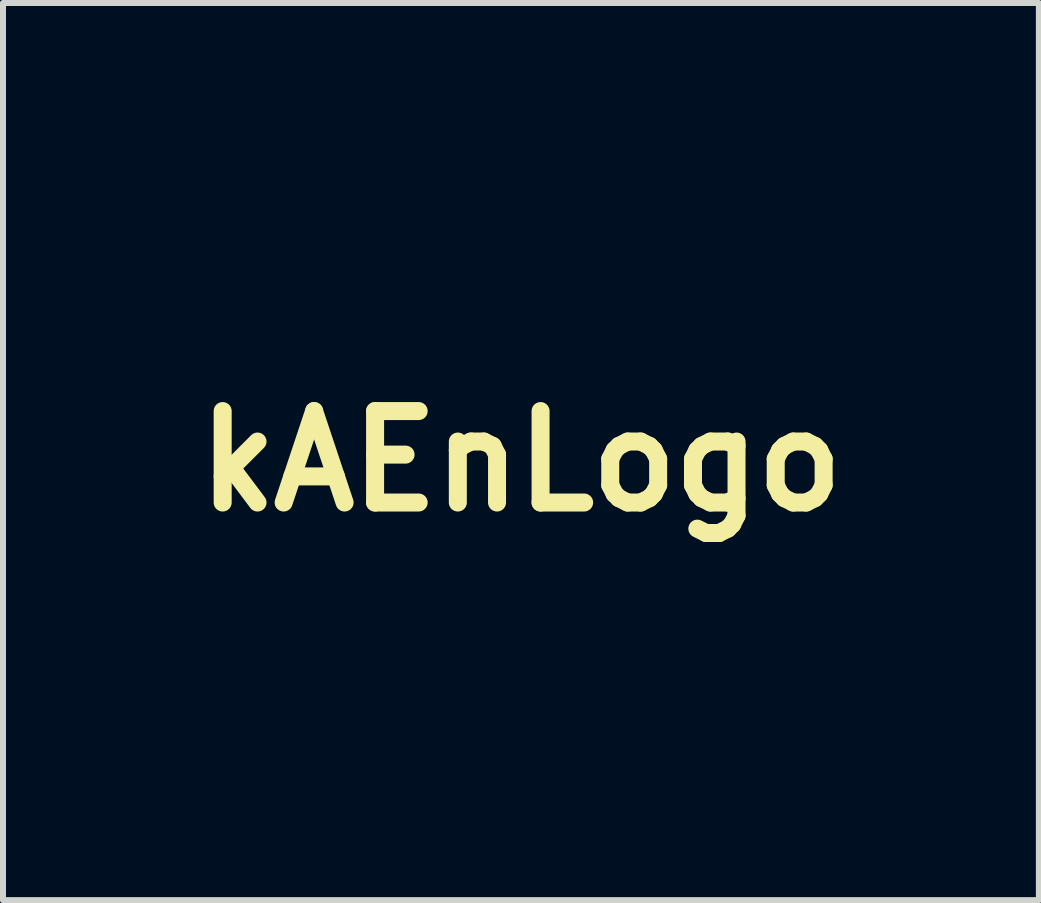
<source format=kicad_pcb>
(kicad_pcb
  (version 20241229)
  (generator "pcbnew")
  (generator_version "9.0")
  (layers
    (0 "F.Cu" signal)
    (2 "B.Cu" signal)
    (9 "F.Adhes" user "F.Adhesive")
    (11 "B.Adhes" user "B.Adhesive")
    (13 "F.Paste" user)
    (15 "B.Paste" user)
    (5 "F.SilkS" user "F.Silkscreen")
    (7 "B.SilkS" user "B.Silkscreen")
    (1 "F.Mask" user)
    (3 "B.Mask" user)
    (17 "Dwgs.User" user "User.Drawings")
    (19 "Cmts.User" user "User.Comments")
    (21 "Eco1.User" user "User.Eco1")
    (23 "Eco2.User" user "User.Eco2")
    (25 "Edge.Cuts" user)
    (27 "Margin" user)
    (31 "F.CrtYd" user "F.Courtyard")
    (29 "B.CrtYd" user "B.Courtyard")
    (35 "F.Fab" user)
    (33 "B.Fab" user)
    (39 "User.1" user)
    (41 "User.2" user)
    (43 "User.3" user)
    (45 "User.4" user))
  (footprint "kAEnLogo"
    (layer "F.Cu")
    (at 5.632 4.635)
    (property "Reference" "kAEnLogo" (at 0 0 0) (layer "F.SilkS") (effects (font (size 1.524 1.524) (thickness 0.3))))
    (attr through_hole)
    (fp_poly (pts (xy -2.846 2.288) (xy -2.84 2.293) (xy -2.84 2.294) (xy -2.842 2.296) (xy -2.847 2.291) (xy -2.848 2.29) (xy -2.848 2.287) (xy -2.846 2.288)) (stroke (width 0.01) (type solid)) (fill no) (layer "Eco2.User"))
    (fp_poly (pts (xy 2.853 2.289) (xy 2.852 2.291) (xy 2.848 2.296) (xy 2.847 2.296) (xy 2.846 2.293) (xy 2.847 2.291) (xy 2.852 2.286) (xy 2.853 2.286) (xy 2.853 2.289)) (stroke (width 0.01) (type solid)) (fill no) (layer "Eco2.User"))
    (fp_poly (pts (xy 0.071 -4.63) (xy 0.146 -4.629) (xy 0.217 -4.627) (xy 0.282 -4.623) (xy 0.34 -4.619) (xy 0.351 -4.618) (xy 0.397 -4.614) (xy 0.446 -4.609) (xy 0.496 -4.603) (xy 0.547 -4.597) (xy 0.598 -4.59) (xy 0.648 -4.583) (xy 0.696 -4.577) (xy 0.74 -4.57) (xy 0.78 -4.564) (xy 0.815 -4.558) (xy 0.845 -4.552) (xy 0.867 -4.548) (xy 0.881 -4.544) (xy 0.886 -4.541) (xy 0.886 -4.541) (xy 0.887 -4.539) (xy 0.891 -4.54) (xy 0.9 -4.541) (xy 0.913 -4.54) (xy 0.929 -4.537) (xy 0.943 -4.534) (xy 0.955 -4.53) (xy 0.96 -4.527) (xy 0.959 -4.526) (xy 0.959 -4.523) (xy 0.967 -4.524) (xy 0.97 -4.525) (xy 0.981 -4.526) (xy 0.984 -4.523) (xy 0.984 -4.523) (xy 0.985 -4.52) (xy 0.994 -4.52) (xy 1.003 -4.521) (xy 1.004 -4.517) (xy 1.003 -4.516) (xy 1.002 -4.512) (xy 1.005 -4.513) (xy 1.012 -4.513) (xy 1.026 -4.512) (xy 1.044 -4.508) (xy 1.066 -4.503) (xy 1.089 -4.498) (xy 1.11 -4.493) (xy 1.128 -4.488) (xy 1.14 -4.483) (xy 1.145 -4.481) (xy 1.145 -4.48) (xy 1.148 -4.479) (xy 1.157 -4.479) (xy 1.166 -4.48) (xy 1.167 -4.477) (xy 1.168 -4.474) (xy 1.177 -4.474) (xy 1.186 -4.475) (xy 1.187 -4.472) (xy 1.186 -4.47) (xy 1.185 -4.466) (xy 1.188 -4.467) (xy 1.194 -4.467) (xy 1.209 -4.464) (xy 1.23 -4.459) (xy 1.256 -4.452) (xy 1.286 -4.443) (xy 1.297 -4.44) (xy 1.491 -4.378) (xy 1.682 -4.305) (xy 1.87 -4.223) (xy 2.057 -4.131) (xy 2.24 -4.03) (xy 2.422 -3.919) (xy 2.601 -3.797) (xy 2.715 -3.714) (xy 2.801 -3.647) (xy 2.888 -3.576) (xy 2.976 -3.498) (xy 2.982 -3.492) (xy 2.981 -3.493) (xy 2.978 -3.494) (xy 2.979 -3.491) (xy 2.984 -3.485) (xy 2.987 -3.486) (xy 2.987 -3.487) (xy 2.985 -3.49) (xy 3.067 -3.413) (xy 3.161 -3.321) (xy 3.162 -3.32) (xy 3.251 -3.229) (xy 3.335 -3.14) (xy 3.413 -3.052) (xy 3.487 -2.962) (xy 3.559 -2.871) (xy 3.629 -2.776) (xy 3.698 -2.676) (xy 3.768 -2.569) (xy 3.839 -2.455) (xy 3.862 -2.418) (xy 3.902 -2.349) (xy 3.944 -2.272) (xy 3.987 -2.19) (xy 4.03 -2.104) (xy 4.071 -2.016) (xy 4.11 -1.929) (xy 4.146 -1.844) (xy 4.146 -1.844) (xy 4.176 -1.767) (xy 4.207 -1.684) (xy 4.237 -1.597) (xy 4.266 -1.507) (xy 4.294 -1.416) (xy 4.32 -1.326) (xy 4.343 -1.238) (xy 4.364 -1.154) (xy 4.381 -1.077) (xy 4.391 -1.021) (xy 4.402 -0.959) (xy 4.412 -0.899) (xy 4.421 -0.843) (xy 4.429 -0.792) (xy 4.436 -0.747) (xy 4.441 -0.71) (xy 4.444 -0.681) (xy 4.445 -0.678) (xy 4.447 -0.656) (xy 4.45 -0.625) (xy 4.453 -0.59) (xy 4.457 -0.553) (xy 4.46 -0.516) (xy 4.461 -0.51) (xy 4.464 -0.482) (xy 4.466 -0.455) (xy 4.468 -0.429) (xy 4.469 -0.402) (xy 4.47 -0.372) (xy 4.471 -0.338) (xy 4.471 -0.3) (xy 4.472 -0.255) (xy 4.472 -0.202) (xy 4.472 -0.157) (xy 4.472 -0.094) (xy 4.472 -0.04) (xy 4.471 0.006) (xy 4.47 0.045) (xy 4.469 0.079) (xy 4.468 0.108) (xy 4.466 0.134) (xy 4.464 0.158) (xy 4.464 0.165) (xy 4.46 0.201) (xy 4.456 0.243) (xy 4.452 0.285) (xy 4.448 0.324) (xy 4.447 0.33) (xy 4.442 0.381) (xy 4.434 0.441) (xy 4.423 0.511) (xy 4.41 0.591) (xy 4.395 0.681) (xy 4.391 0.701) (xy 4.377 0.773) (xy 4.359 0.853) (xy 4.338 0.938) (xy 4.314 1.027) (xy 4.287 1.118) (xy 4.259 1.21) (xy 4.229 1.301) (xy 4.198 1.388) (xy 4.168 1.47) (xy 4.146 1.524) (xy 4.11 1.61) (xy 4.07 1.699) (xy 4.028 1.787) (xy 3.985 1.874) (xy 3.942 1.957) (xy 3.899 2.034) (xy 3.862 2.098) (xy 3.835 2.141) (xy 3.81 2.183) (xy 3.786 2.221) (xy 3.765 2.255) (xy 3.747 2.283) (xy 3.733 2.305) (xy 3.726 2.314) (xy 3.714 2.332) (xy 3.702 2.35) (xy 3.694 2.363) (xy 3.685 2.378) (xy 3.67 2.4) (xy 3.65 2.427) (xy 3.627 2.459) (xy 3.601 2.494) (xy 3.572 2.531) (xy 3.542 2.57) (xy 3.512 2.609) (xy 3.483 2.646) (xy 3.454 2.682) (xy 3.428 2.714) (xy 3.405 2.741) (xy 3.399 2.748) (xy 3.359 2.793) (xy 3.313 2.843) (xy 3.263 2.897) (xy 3.209 2.953) (xy 3.153 3.009) (xy 3.097 3.064) (xy 3.041 3.118) (xy 2.989 3.167) (xy 2.94 3.211) (xy 2.911 3.236) (xy 2.838 3.296) (xy 2.84 3.294) (xy 2.837 3.292) (xy 2.835 3.294) (xy 2.837 3.297) (xy 2.811 3.318) (xy 2.812 3.317) (xy 2.813 3.312) (xy 2.812 3.312) (xy 2.808 3.316) (xy 2.807 3.317) (xy 2.805 3.322) (xy 2.806 3.322) (xy 2.767 3.354) (xy 2.615 3.468) (xy 2.457 3.576) (xy 2.294 3.679) (xy 2.127 3.774) (xy 1.959 3.861) (xy 1.941 3.87) (xy 1.751 3.956) (xy 1.556 4.034) (xy 1.358 4.102) (xy 1.156 4.16) (xy 0.952 4.21) (xy 0.746 4.249) (xy 0.538 4.279) (xy 0.328 4.299) (xy 0.117 4.309) (xy 0.064 4.31) (xy 0.018 4.31) (xy -0.029 4.31) (xy -0.076 4.31) (xy -0.119 4.31) (xy -0.157 4.309) (xy -0.188 4.308) (xy -0.198 4.308) (xy -0.307 4.301) (xy -0.421 4.291) (xy -0.538 4.278) (xy -0.657 4.262) (xy -0.773 4.243) (xy -0.886 4.222) (xy -0.992 4.2) (xy -1.054 4.185) (xy -1.231 4.138) (xy -1.4 4.086) (xy -1.564 4.029) (xy -1.723 3.966) (xy -1.879 3.897) (xy -1.932 3.872) (xy -2.101 3.785) (xy -2.268 3.691) (xy -2.432 3.589) (xy -2.455 3.574) (xy -0.454 3.574) (xy -0.445 3.576) (xy -0.442 3.576) (xy -0.425 3.579) (xy -0.406 3.58) (xy -0.401 3.58) (xy -0.378 3.58) (xy -0.404 3.576) (xy -0.422 3.574) (xy -0.439 3.572) (xy -0.445 3.572) (xy -0.454 3.573) (xy -0.454 3.574) (xy -2.455 3.574) (xy -2.461 3.569) (xy -0.488 3.569) (xy -0.482 3.57) (xy -0.48 3.57) (xy -0.471 3.57) (xy -0.471 3.568) (xy -0.471 3.568) (xy -0.481 3.567) (xy -0.486 3.568) (xy -0.488 3.569) (xy -2.461 3.569) (xy -2.468 3.565) (xy -0.525 3.565) (xy -0.518 3.565) (xy -0.511 3.565) (xy -0.512 3.563) (xy -0.522 3.562) (xy -0.525 3.563) (xy -0.525 3.565) (xy -2.468 3.565) (xy -2.483 3.554) (xy -0.591 3.554) (xy -0.584 3.555) (xy -0.577 3.554) (xy -0.578 3.553) (xy -0.588 3.552) (xy -0.591 3.553) (xy -0.591 3.554) (xy -2.483 3.554) (xy -2.491 3.549) (xy -0.626 3.549) (xy -0.619 3.55) (xy -0.617 3.55) (xy -0.609 3.549) (xy -0.608 3.548) (xy -0.608 3.548) (xy -0.618 3.547) (xy -0.623 3.547) (xy -0.626 3.549) (xy -2.491 3.549) (xy -2.499 3.544) (xy -0.656 3.544) (xy -0.649 3.545) (xy -0.648 3.545) (xy -0.639 3.544) (xy -0.638 3.543) (xy -0.639 3.543) (xy -0.649 3.542) (xy -0.654 3.542) (xy -0.656 3.544) (xy -2.499 3.544) (xy -2.506 3.539) (xy -0.687 3.539) (xy -0.68 3.54) (xy -0.678 3.54) (xy -0.67 3.539) (xy -0.669 3.538) (xy -0.669 3.537) (xy -0.679 3.536) (xy -0.684 3.537) (xy -0.687 3.539) (xy -2.506 3.539) (xy -2.513 3.534) (xy -0.709 3.534) (xy -0.704 3.535) (xy -0.697 3.534) (xy -0.697 3.533) (xy -0.704 3.531) (xy -0.707 3.532) (xy -0.709 3.534) (xy -2.513 3.534) (xy -2.591 3.481) (xy -2.701 3.4) (xy -1.218 3.4) (xy -1.217 3.403) (xy -1.214 3.404) (xy -1.21 3.402) (xy -1.211 3.4) (xy -1.217 3.4) (xy -1.218 3.4) (xy -2.701 3.4) (xy -2.744 3.368) (xy -2.801 3.322) (xy -2.799 3.32) (xy -2.802 3.317) (xy -2.804 3.32) (xy -2.83 3.299) (xy -1.477 3.299) (xy -1.476 3.302) (xy -1.473 3.302) (xy -1.469 3.3) (xy -1.47 3.299) (xy -1.476 3.298) (xy -1.477 3.299) (xy -2.83 3.299) (xy -2.832 3.297) (xy -2.83 3.294) (xy -2.832 3.292) (xy -2.835 3.294) (xy -2.833 3.296) (xy -2.848 3.284) (xy -1.509 3.284) (xy -1.506 3.287) (xy -1.504 3.284) (xy -1.506 3.282) (xy -1.509 3.284) (xy -2.848 3.284) (xy -2.855 3.278) (xy -1.522 3.278) (xy -1.522 3.281) (xy -1.519 3.282) (xy -1.515 3.28) (xy -1.516 3.278) (xy -1.522 3.278) (xy -1.522 3.278) (xy -2.855 3.278) (xy -2.879 3.259) (xy -1.565 3.259) (xy -1.562 3.261) (xy -1.56 3.259) (xy -1.562 3.256) (xy -1.565 3.259) (xy -2.879 3.259) (xy -2.889 3.25) (xy -2.903 3.239) (xy -2.95 3.198) (xy -2.984 3.166) (xy -2.981 3.166) (xy -2.98 3.169) (xy -2.975 3.175) (xy -2.972 3.173) (xy -2.972 3.173) (xy -2.975 3.168) (xy -2.978 3.167) (xy -2.981 3.166) (xy -2.984 3.166) (xy -2.988 3.162) (xy -1.758 3.162) (xy -1.753 3.165) (xy -1.742 3.172) (xy -1.724 3.181) (xy -1.702 3.192) (xy -1.678 3.205) (xy -1.653 3.218) (xy -1.629 3.23) (xy -1.607 3.24) (xy -1.589 3.249) (xy -1.577 3.254) (xy -1.573 3.256) (xy -1.57 3.255) (xy -1.57 3.254) (xy -1.576 3.251) (xy -1.588 3.244) (xy -1.607 3.235) (xy -1.629 3.224) (xy -1.653 3.212) (xy -1.679 3.199) (xy -1.703 3.188) (xy -1.725 3.177) (xy -1.742 3.169) (xy -1.754 3.164) (xy -1.758 3.162) (xy -2.988 3.162) (xy -3.001 3.151) (xy -3.056 3.099) (xy -3.113 3.044) (xy -3.17 2.987) (xy -3.226 2.93) (xy -3.28 2.874) (xy -3.33 2.82) (xy -3.374 2.771) (xy -3.394 2.748) (xy -3.416 2.722) (xy -3.441 2.691) (xy -3.469 2.657) (xy -3.498 2.62) (xy -3.528 2.581) (xy -3.558 2.543) (xy -3.587 2.505) (xy -3.614 2.469) (xy -3.639 2.436) (xy -3.66 2.407) (xy -3.676 2.384) (xy -3.687 2.367) (xy -3.689 2.363) (xy -3.698 2.349) (xy -3.71 2.331) (xy -3.721 2.314) (xy -3.723 2.311) (xy -2.836 2.311) (xy -2.815 2.336) (xy -2.801 2.351) (xy -2.784 2.37) (xy -2.765 2.388) (xy -2.763 2.39) (xy -2.751 2.401) (xy -2.745 2.407) (xy -2.745 2.406) (xy -2.752 2.398) (xy -2.765 2.384) (xy -2.774 2.373) (xy -2.791 2.355) (xy -2.804 2.339) (xy -2.814 2.327) (xy -2.819 2.321) (xy -2.819 2.321) (xy -2.816 2.322) (xy -2.809 2.33) (xy -2.796 2.343) (xy -2.781 2.359) (xy -2.78 2.36) (xy -2.761 2.381) (xy -2.742 2.402) (xy -2.726 2.421) (xy -2.716 2.431) (xy -2.705 2.445) (xy -2.697 2.455) (xy -2.695 2.46) (xy -2.695 2.46) (xy -2.693 2.464) (xy -2.685 2.473) (xy -2.676 2.482) (xy -2.654 2.502) (xy -2.672 2.481) (xy -2.675 2.477) (xy -2.672 2.48) (xy -2.664 2.488) (xy -2.65 2.502) (xy -2.644 2.508) (xy -2.629 2.523) (xy -2.614 2.538) (xy -2.598 2.554) (xy -2.579 2.571) (xy -2.556 2.592) (xy -2.53 2.616) (xy -2.497 2.645) (xy -2.461 2.677) (xy -2.45 2.687) (xy -2.443 2.694) (xy -2.443 2.695) (xy -2.443 2.695) (xy -2.448 2.694) (xy -2.446 2.697) (xy -2.441 2.701) (xy -2.439 2.7) (xy -2.434 2.702) (xy -2.424 2.709) (xy -2.418 2.714) (xy -2.409 2.722) (xy -2.408 2.725) (xy -2.41 2.723) (xy -2.417 2.718) (xy -2.417 2.719) (xy -2.411 2.726) (xy -2.402 2.734) (xy -2.396 2.735) (xy -2.388 2.737) (xy -2.382 2.742) (xy -2.378 2.748) (xy -2.38 2.747) (xy -2.385 2.743) (xy -2.392 2.738) (xy -2.392 2.74) (xy -2.388 2.744) (xy -2.382 2.751) (xy -2.378 2.752) (xy -2.37 2.754) (xy -2.362 2.759) (xy -2.36 2.764) (xy -2.36 2.765) (xy -2.361 2.768) (xy -2.359 2.767) (xy -2.353 2.768) (xy -2.342 2.775) (xy -2.339 2.777) (xy -2.33 2.785) (xy -2.314 2.797) (xy -2.294 2.812) (xy -2.272 2.829) (xy -2.263 2.836) (xy -2.237 2.856) (xy -2.218 2.87) (xy -2.206 2.879) (xy -2.2 2.884) (xy -2.2 2.885) (xy -2.204 2.883) (xy -2.209 2.881) (xy -2.208 2.885) (xy -2.202 2.889) (xy -2.2 2.888) (xy -2.194 2.889) (xy -2.186 2.894) (xy -2.182 2.898) (xy -2.184 2.898) (xy -2.189 2.897) (xy -2.188 2.899) (xy -2.18 2.904) (xy -2.179 2.904) (xy -2.17 2.905) (xy -2.169 2.905) (xy -2.166 2.909) (xy -2.167 2.911) (xy -2.167 2.915) (xy -2.166 2.915) (xy -2.16 2.917) (xy -2.148 2.924) (xy -2.13 2.935) (xy -2.109 2.948) (xy -2.102 2.953) (xy -2.079 2.968) (xy -2.06 2.98) (xy -2.045 2.99) (xy -2.036 2.995) (xy -2.034 2.995) (xy -2.029 3) (xy -2.03 3.003) (xy -2.03 3.007) (xy -2.029 3.007) (xy -2.018 3.007) (xy -2.014 3.01) (xy -2.014 3.013) (xy -2.015 3.017) (xy -2.013 3.017) (xy -2.003 3.017) (xy -1.998 3.02) (xy -1.999 3.023) (xy -1.999 3.027) (xy -1.998 3.027) (xy -1.988 3.027) (xy -1.983 3.031) (xy -1.984 3.033) (xy -1.984 3.037) (xy -1.983 3.037) (xy -1.972 3.037) (xy -1.968 3.041) (xy -1.968 3.043) (xy -1.968 3.046) (xy -1.963 3.045) (xy -1.957 3.044) (xy -1.958 3.047) (xy -1.959 3.052) (xy -1.957 3.052) (xy -1.951 3.054) (xy -1.939 3.059) (xy -1.921 3.068) (xy -1.902 3.078) (xy -1.881 3.089) (xy -1.862 3.1) (xy -1.846 3.109) (xy -1.836 3.116) (xy -1.832 3.12) (xy -1.832 3.12) (xy -1.83 3.122) (xy -1.826 3.121) (xy -1.82 3.12) (xy -1.821 3.123) (xy -1.822 3.128) (xy -1.82 3.128) (xy -1.812 3.129) (xy -1.802 3.132) (xy -1.796 3.137) (xy -1.796 3.14) (xy -1.795 3.142) (xy -1.79 3.141) (xy -1.784 3.14) (xy -1.785 3.144) (xy -1.785 3.147) (xy -1.78 3.146) (xy -1.774 3.145) (xy -1.775 3.15) (xy -1.777 3.154) (xy -1.774 3.153) (xy -1.768 3.154) (xy -1.766 3.155) (xy -1.768 3.157) (xy -1.765 3.16) (xy -1.763 3.157) (xy -1.765 3.155) (xy -1.755 3.159) (xy -1.736 3.167) (xy -1.713 3.178) (xy -1.687 3.19) (xy -1.66 3.204) (xy -1.632 3.217) (xy -1.607 3.23) (xy -1.585 3.242) (xy -1.567 3.252) (xy -1.556 3.259) (xy -1.553 3.262) (xy -1.553 3.262) (xy -1.551 3.264) (xy -1.546 3.263) (xy -1.54 3.262) (xy -1.541 3.266) (xy -1.541 3.269) (xy -1.536 3.268) (xy -1.53 3.267) (xy -1.532 3.271) (xy -1.533 3.276) (xy -1.53 3.274) (xy -1.522 3.273) (xy -1.511 3.276) (xy -1.501 3.28) (xy -1.496 3.285) (xy -1.496 3.287) (xy -1.495 3.289) (xy -1.49 3.288) (xy -1.484 3.287) (xy -1.486 3.292) (xy -1.487 3.296) (xy -1.484 3.295) (xy -1.476 3.293) (xy -1.467 3.295) (xy -1.461 3.299) (xy -1.461 3.302) (xy -1.459 3.305) (xy -1.455 3.304) (xy -1.449 3.303) (xy -1.45 3.306) (xy -1.449 3.309) (xy -1.442 3.308) (xy -1.434 3.308) (xy -1.435 3.311) (xy -1.435 3.315) (xy -1.429 3.314) (xy -1.424 3.313) (xy -1.425 3.317) (xy -1.426 3.322) (xy -1.424 3.321) (xy -1.417 3.321) (xy -1.404 3.325) (xy -1.385 3.332) (xy -1.37 3.337) (xy -1.347 3.347) (xy -1.325 3.355) (xy -1.308 3.361) (xy -1.301 3.363) (xy -1.289 3.368) (xy -1.283 3.372) (xy -1.283 3.373) (xy -1.281 3.375) (xy -1.274 3.374) (xy -1.267 3.374) (xy -1.267 3.377) (xy -1.266 3.381) (xy -1.264 3.382) (xy -1.249 3.382) (xy -1.242 3.385) (xy -1.242 3.388) (xy -1.24 3.39) (xy -1.234 3.39) (xy -1.226 3.389) (xy -1.227 3.393) (xy -1.227 3.393) (xy -1.228 3.398) (xy -1.225 3.397) (xy -1.217 3.395) (xy -1.206 3.396) (xy -1.198 3.4) (xy -1.199 3.404) (xy -1.201 3.407) (xy -1.193 3.407) (xy -1.185 3.409) (xy -1.169 3.412) (xy -1.146 3.418) (xy -1.117 3.426) (xy -1.086 3.435) (xy -1.067 3.441) (xy -1.034 3.45) (xy -0.998 3.46) (xy -0.959 3.47) (xy -0.919 3.48) (xy -0.88 3.49) (xy -0.842 3.499) (xy -0.807 3.507) (xy -0.778 3.513) (xy -0.754 3.518) (xy -0.738 3.52) (xy -0.734 3.521) (xy -0.727 3.521) (xy -0.73 3.525) (xy -0.732 3.526) (xy -0.735 3.529) (xy -0.73 3.529) (xy -0.728 3.528) (xy -0.719 3.528) (xy -0.704 3.529) (xy -0.683 3.531) (xy -0.66 3.534) (xy -0.635 3.538) (xy -0.61 3.542) (xy -0.588 3.547) (xy -0.57 3.55) (xy -0.557 3.554) (xy -0.552 3.556) (xy -0.552 3.557) (xy -0.556 3.56) (xy -0.551 3.559) (xy -0.549 3.559) (xy -0.54 3.558) (xy -0.523 3.559) (xy -0.499 3.561) (xy -0.471 3.564) (xy -0.439 3.567) (xy -0.437 3.567) (xy -0.403 3.571) (xy -0.378 3.575) (xy -0.362 3.577) (xy -0.354 3.579) (xy -0.354 3.581) (xy -0.358 3.582) (xy -0.362 3.583) (xy -0.357 3.584) (xy -0.344 3.584) (xy -0.328 3.583) (xy -0.306 3.583) (xy -0.293 3.583) (xy -0.289 3.585) (xy -0.292 3.586) (xy -0.295 3.588) (xy -0.288 3.589) (xy -0.272 3.589) (xy -0.257 3.589) (xy -0.234 3.588) (xy -0.222 3.589) (xy -0.219 3.59) (xy -0.224 3.591) (xy -0.228 3.593) (xy -0.222 3.594) (xy -0.206 3.594) (xy -0.188 3.594) (xy -0.168 3.593) (xy -0.155 3.594) (xy -0.15 3.594) (xy -0.152 3.596) (xy -0.152 3.596) (xy -0.142 3.597) (xy -0.124 3.598) (xy -0.099 3.598) (xy -0.068 3.599) (xy -0.032 3.599) (xy 0.002 3.599) (xy 0.042 3.599) (xy 0.078 3.599) (xy 0.109 3.598) (xy 0.133 3.598) (xy 0.15 3.597) (xy 0.159 3.596) (xy 0.16 3.596) (xy 0.158 3.594) (xy 0.165 3.593) (xy 0.18 3.593) (xy 0.196 3.594) (xy 0.218 3.594) (xy 0.231 3.593) (xy 0.234 3.592) (xy 0.231 3.591) (xy 0.228 3.589) (xy 0.235 3.588) (xy 0.251 3.588) (xy 0.264 3.588) (xy 0.286 3.589) (xy 0.298 3.588) (xy 0.302 3.587) (xy 0.3 3.586) (xy 0.298 3.584) (xy 0.306 3.583) (xy 0.322 3.583) (xy 0.335 3.583) (xy 0.353 3.584) (xy 0.364 3.584) (xy 0.367 3.583) (xy 0.363 3.582) (xy 0.358 3.581) (xy 0.36 3.579) (xy 0.387 3.579) (xy 0.389 3.581) (xy 0.399 3.581) (xy 0.413 3.58) (xy 0.429 3.579) (xy 0.445 3.577) (xy 0.447 3.576) (xy 0.456 3.574) (xy 0.456 3.574) (xy 0.447 3.574) (xy 0.429 3.575) (xy 0.41 3.576) (xy 0.395 3.578) (xy 0.387 3.579) (xy 0.387 3.579) (xy 0.36 3.579) (xy 0.36 3.579) (xy 0.37 3.577) (xy 0.387 3.574) (xy 0.413 3.571) (xy 0.424 3.569) (xy 0.477 3.569) (xy 0.484 3.57) (xy 0.485 3.57) (xy 0.494 3.57) (xy 0.495 3.568) (xy 0.494 3.568) (xy 0.484 3.567) (xy 0.479 3.568) (xy 0.477 3.569) (xy 0.424 3.569) (xy 0.442 3.567) (xy 0.465 3.565) (xy 0.516 3.565) (xy 0.523 3.565) (xy 0.53 3.565) (xy 0.53 3.563) (xy 0.519 3.562) (xy 0.517 3.563) (xy 0.516 3.565) (xy 0.465 3.565) (xy 0.474 3.564) (xy 0.503 3.561) (xy 0.528 3.559) (xy 0.546 3.558) (xy 0.556 3.558) (xy 0.557 3.558) (xy 0.565 3.559) (xy 0.564 3.558) (xy 0.562 3.557) (xy 0.563 3.555) (xy 0.564 3.554) (xy 0.587 3.554) (xy 0.594 3.555) (xy 0.602 3.554) (xy 0.601 3.553) (xy 0.59 3.552) (xy 0.588 3.553) (xy 0.587 3.554) (xy 0.564 3.554) (xy 0.574 3.551) (xy 0.583 3.549) (xy 0.618 3.549) (xy 0.625 3.55) (xy 0.632 3.549) (xy 0.631 3.548) (xy 0.621 3.547) (xy 0.618 3.548) (xy 0.618 3.549) (xy 0.583 3.549) (xy 0.595 3.547) (xy 0.611 3.544) (xy 0.65 3.544) (xy 0.656 3.545) (xy 0.658 3.545) (xy 0.667 3.544) (xy 0.667 3.543) (xy 0.667 3.543) (xy 0.657 3.542) (xy 0.652 3.542) (xy 0.65 3.544) (xy 0.611 3.544) (xy 0.625 3.541) (xy 0.641 3.539) (xy 0.68 3.539) (xy 0.687 3.54) (xy 0.688 3.54) (xy 0.697 3.539) (xy 0.698 3.538) (xy 0.697 3.537) (xy 0.687 3.536) (xy 0.682 3.537) (xy 0.68 3.539) (xy 0.641 3.539) (xy 0.642 3.539) (xy 0.67 3.534) (xy 0.708 3.534) (xy 0.713 3.535) (xy 0.72 3.534) (xy 0.72 3.533) (xy 0.713 3.531) (xy 0.71 3.532) (xy 0.708 3.534) (xy 0.67 3.534) (xy 0.671 3.534) (xy 0.697 3.531) (xy 0.718 3.529) (xy 0.732 3.528) (xy 0.737 3.528) (xy 0.741 3.529) (xy 0.739 3.526) (xy 0.739 3.521) (xy 0.746 3.521) (xy 0.751 3.521) (xy 0.761 3.522) (xy 0.764 3.519) (xy 0.764 3.519) (xy 0.765 3.516) (xy 0.774 3.516) (xy 0.783 3.517) (xy 0.785 3.515) (xy 0.787 3.512) (xy 0.797 3.509) (xy 0.809 3.508) (xy 0.821 3.507) (xy 0.829 3.508) (xy 0.83 3.508) (xy 0.833 3.509) (xy 0.832 3.508) (xy 0.835 3.505) (xy 0.847 3.501) (xy 0.865 3.496) (xy 0.888 3.49) (xy 0.9 3.487) (xy 0.929 3.48) (xy 0.963 3.471) (xy 1.002 3.461) (xy 1.042 3.45) (xy 1.079 3.439) (xy 1.079 3.439) (xy 1.111 3.429) (xy 1.141 3.421) (xy 1.166 3.414) (xy 1.185 3.41) (xy 1.196 3.407) (xy 1.198 3.407) (xy 1.206 3.406) (xy 1.204 3.404) (xy 1.203 3.4) (xy 1.216 3.4) (xy 1.217 3.403) (xy 1.219 3.404) (xy 1.223 3.402) (xy 1.223 3.4) (xy 1.217 3.4) (xy 1.216 3.4) (xy 1.203 3.4) (xy 1.203 3.4) (xy 1.211 3.396) (xy 1.223 3.395) (xy 1.23 3.397) (xy 1.234 3.397) (xy 1.232 3.393) (xy 1.231 3.389) (xy 1.238 3.389) (xy 1.239 3.39) (xy 1.246 3.39) (xy 1.247 3.388) (xy 1.249 3.384) (xy 1.259 3.382) (xy 1.269 3.382) (xy 1.272 3.379) (xy 1.272 3.377) (xy 1.273 3.374) (xy 1.279 3.374) (xy 1.287 3.375) (xy 1.288 3.373) (xy 1.291 3.37) (xy 1.301 3.365) (xy 1.306 3.363) (xy 1.32 3.359) (xy 1.339 3.352) (xy 1.362 3.343) (xy 1.375 3.337) (xy 1.396 3.329) (xy 1.413 3.324) (xy 1.425 3.321) (xy 1.429 3.321) (xy 1.432 3.321) (xy 1.43 3.317) (xy 1.429 3.313) (xy 1.435 3.314) (xy 1.44 3.315) (xy 1.44 3.311) (xy 1.44 3.308) (xy 1.447 3.308) (xy 1.455 3.309) (xy 1.455 3.306) (xy 1.455 3.302) (xy 1.46 3.304) (xy 1.466 3.304) (xy 1.466 3.302) (xy 1.467 3.299) (xy 1.475 3.299) (xy 1.476 3.302) (xy 1.478 3.302) (xy 1.482 3.3) (xy 1.482 3.299) (xy 1.476 3.298) (xy 1.475 3.299) (xy 1.467 3.299) (xy 1.467 3.298) (xy 1.475 3.294) (xy 1.484 3.293) (xy 1.489 3.295) (xy 1.493 3.296) (xy 1.491 3.292) (xy 1.49 3.287) (xy 1.495 3.288) (xy 1.501 3.289) (xy 1.501 3.286) (xy 1.5 3.282) (xy 1.506 3.283) (xy 1.512 3.284) (xy 1.511 3.282) (xy 1.512 3.279) (xy 1.519 3.279) (xy 1.521 3.282) (xy 1.524 3.279) (xy 1.521 3.277) (xy 1.519 3.279) (xy 1.512 3.279) (xy 1.513 3.277) (xy 1.52 3.274) (xy 1.53 3.273) (xy 1.535 3.275) (xy 1.538 3.275) (xy 1.537 3.271) (xy 1.536 3.267) (xy 1.541 3.268) (xy 1.547 3.269) (xy 1.546 3.266) (xy 1.546 3.262) (xy 1.551 3.263) (xy 1.557 3.264) (xy 1.558 3.262) (xy 1.561 3.259) (xy 1.561 3.259) (xy 1.565 3.259) (xy 1.567 3.261) (xy 1.57 3.259) (xy 1.567 3.256) (xy 1.574 3.256) (xy 1.578 3.255) (xy 1.589 3.251) (xy 1.607 3.242) (xy 1.632 3.23) (xy 1.665 3.214) (xy 1.671 3.211) (xy 1.699 3.197) (xy 1.723 3.184) (xy 1.741 3.175) (xy 2.978 3.175) (xy 2.979 3.175) (xy 2.983 3.171) (xy 2.985 3.17) (xy 2.986 3.165) (xy 2.985 3.165) (xy 2.98 3.168) (xy 2.979 3.17) (xy 2.978 3.175) (xy 1.741 3.175) (xy 1.743 3.174) (xy 1.757 3.166) (xy 1.763 3.163) (xy 1.763 3.162) (xy 1.758 3.164) (xy 1.747 3.169) (xy 1.729 3.177) (xy 1.708 3.188) (xy 1.683 3.2) (xy 1.658 3.212) (xy 1.634 3.224) (xy 1.611 3.235) (xy 1.593 3.244) (xy 1.581 3.251) (xy 1.575 3.254) (xy 1.574 3.256) (xy 1.567 3.256) (xy 1.567 3.256) (xy 1.565 3.259) (xy 1.561 3.259) (xy 1.572 3.252) (xy 1.59 3.242) (xy 1.612 3.231) (xy 1.637 3.218) (xy 1.664 3.204) (xy 1.692 3.191) (xy 1.718 3.178) (xy 1.741 3.167) (xy 1.76 3.159) (xy 1.77 3.155) (xy 1.768 3.157) (xy 1.77 3.16) (xy 1.773 3.157) (xy 1.771 3.155) (xy 1.773 3.154) (xy 1.779 3.153) (xy 1.779 3.153) (xy 1.782 3.153) (xy 1.78 3.15) (xy 1.779 3.145) (xy 1.785 3.146) (xy 1.791 3.147) (xy 1.79 3.144) (xy 1.79 3.14) (xy 1.795 3.141) (xy 1.801 3.142) (xy 1.801 3.14) (xy 1.803 3.135) (xy 1.811 3.131) (xy 1.82 3.128) (xy 1.825 3.128) (xy 1.827 3.126) (xy 1.826 3.123) (xy 1.825 3.12) (xy 1.831 3.121) (xy 1.837 3.122) (xy 1.837 3.12) (xy 1.84 3.117) (xy 1.851 3.11) (xy 1.867 3.1) (xy 1.886 3.089) (xy 1.906 3.078) (xy 1.926 3.068) (xy 1.943 3.059) (xy 1.956 3.054) (xy 1.962 3.052) (xy 1.962 3.052) (xy 1.964 3.05) (xy 1.963 3.047) (xy 1.963 3.043) (xy 1.968 3.045) (xy 1.974 3.045) (xy 1.974 3.043) (xy 1.975 3.038) (xy 1.983 3.037) (xy 1.988 3.037) (xy 1.99 3.035) (xy 1.989 3.033) (xy 1.99 3.028) (xy 1.998 3.027) (xy 2.003 3.027) (xy 2.005 3.025) (xy 2.004 3.023) (xy 2.005 3.018) (xy 2.013 3.016) (xy 2.018 3.017) (xy 2.02 3.015) (xy 2.02 3.013) (xy 2.021 3.008) (xy 2.024 3.006) (xy 2.03 3.002) (xy 2.044 2.994) (xy 2.062 2.982) (xy 2.084 2.968) (xy 2.099 2.958) (xy 2.122 2.943) (xy 2.142 2.93) (xy 2.158 2.921) (xy 2.168 2.916) (xy 2.171 2.915) (xy 2.173 2.913) (xy 2.172 2.911) (xy 2.172 2.906) (xy 2.174 2.905) (xy 2.183 2.904) (xy 2.184 2.904) (xy 2.192 2.9) (xy 2.193 2.899) (xy 2.193 2.896) (xy 2.189 2.898) (xy 2.187 2.898) (xy 2.191 2.894) (xy 2.201 2.889) (xy 2.206 2.889) (xy 2.209 2.889) (xy 2.208 2.887) (xy 2.209 2.881) (xy 2.216 2.876) (xy 2.225 2.874) (xy 2.227 2.875) (xy 2.229 2.872) (xy 2.228 2.871) (xy 2.23 2.866) (xy 2.237 2.861) (xy 2.245 2.859) (xy 2.247 2.859) (xy 2.249 2.857) (xy 2.248 2.856) (xy 2.25 2.851) (xy 2.257 2.846) (xy 2.266 2.844) (xy 2.267 2.844) (xy 2.269 2.842) (xy 2.269 2.84) (xy 2.27 2.835) (xy 2.277 2.831) (xy 2.286 2.829) (xy 2.288 2.829) (xy 2.29 2.827) (xy 2.289 2.825) (xy 2.29 2.82) (xy 2.298 2.815) (xy 2.307 2.814) (xy 2.309 2.814) (xy 2.311 2.813) (xy 2.31 2.811) (xy 2.311 2.807) (xy 2.318 2.8) (xy 2.326 2.794) (xy 2.333 2.791) (xy 2.339 2.788) (xy 2.34 2.787) (xy 2.341 2.785) (xy 2.337 2.786) (xy 2.334 2.786) (xy 2.339 2.782) (xy 2.348 2.777) (xy 2.352 2.776) (xy 2.358 2.775) (xy 2.363 2.77) (xy 2.367 2.764) (xy 2.365 2.764) (xy 2.362 2.766) (xy 2.359 2.767) (xy 2.364 2.762) (xy 2.364 2.762) (xy 2.372 2.756) (xy 2.377 2.756) (xy 2.382 2.754) (xy 2.393 2.746) (xy 2.403 2.737) (xy 2.426 2.717) (xy 2.402 2.736) (xy 2.389 2.745) (xy 2.38 2.751) (xy 2.377 2.752) (xy 2.381 2.747) (xy 2.391 2.739) (xy 2.403 2.729) (xy 2.416 2.719) (xy 2.427 2.713) (xy 2.433 2.71) (xy 2.433 2.71) (xy 2.439 2.708) (xy 2.447 2.701) (xy 2.453 2.693) (xy 2.453 2.693) (xy 2.446 2.697) (xy 2.443 2.699) (xy 2.448 2.694) (xy 2.456 2.687) (xy 2.468 2.677) (xy 2.477 2.671) (xy 2.48 2.67) (xy 2.485 2.668) (xy 2.49 2.663) (xy 2.494 2.657) (xy 2.492 2.658) (xy 2.487 2.661) (xy 2.485 2.662) (xy 2.489 2.657) (xy 2.499 2.648) (xy 2.512 2.637) (xy 2.521 2.631) (xy 2.525 2.629) (xy 2.53 2.627) (xy 2.538 2.62) (xy 2.544 2.612) (xy 2.544 2.611) (xy 2.537 2.616) (xy 2.536 2.617) (xy 2.54 2.612) (xy 2.551 2.602) (xy 2.553 2.6) (xy 2.566 2.589) (xy 2.576 2.581) (xy 2.581 2.579) (xy 2.581 2.579) (xy 2.587 2.577) (xy 2.591 2.572) (xy 2.596 2.566) (xy 2.593 2.567) (xy 2.588 2.57) (xy 2.587 2.571) (xy 2.592 2.565) (xy 2.602 2.555) (xy 2.608 2.55) (xy 2.627 2.532) (xy 2.647 2.511) (xy 2.663 2.494) (xy 2.674 2.483) (xy 2.678 2.479) (xy 2.677 2.481) (xy 2.675 2.484) (xy 2.659 2.502) (xy 2.678 2.485) (xy 2.689 2.474) (xy 2.695 2.466) (xy 2.696 2.464) (xy 2.699 2.459) (xy 2.708 2.448) (xy 2.721 2.432) (xy 2.739 2.413) (xy 2.756 2.393) (xy 2.762 2.393) (xy 2.762 2.394) (xy 2.768 2.388) (xy 2.78 2.376) (xy 2.79 2.366) (xy 2.808 2.347) (xy 2.823 2.332) (xy 2.833 2.32) (xy 2.838 2.314) (xy 2.838 2.313) (xy 2.833 2.315) (xy 2.825 2.323) (xy 2.816 2.333) (xy 2.803 2.348) (xy 2.786 2.366) (xy 2.769 2.385) (xy 2.769 2.386) (xy 2.762 2.393) (xy 2.756 2.393) (xy 2.758 2.391) (xy 2.779 2.368) (xy 2.796 2.348) (xy 2.81 2.332) (xy 2.82 2.321) (xy 2.824 2.316) (xy 2.819 2.316) (xy 2.804 2.315) (xy 2.779 2.315) (xy 2.745 2.315) (xy 2.701 2.315) (xy 2.648 2.314) (xy 2.586 2.314) (xy 2.515 2.314) (xy 2.436 2.313) (xy 2.347 2.313) (xy 2.251 2.313) (xy 2.147 2.313) (xy 2.034 2.313) (xy 1.914 2.312) (xy 1.786 2.312) (xy 1.651 2.312) (xy 1.508 2.312) (xy 1.359 2.312) (xy 1.202 2.312) (xy 1.039 2.312) (xy 0.87 2.312) (xy 0.694 2.312) (xy 0.512 2.311) (xy 0.324 2.311) (xy 0.131 2.311) (xy -0.005 2.311) (xy -2.836 2.311) (xy -3.723 2.311) (xy -3.731 2.299) (xy -3.745 2.278) (xy -3.761 2.252) (xy -3.779 2.225) (xy -3.79 2.207) (xy -3.806 2.181) (xy -3.821 2.156) (xy -3.834 2.135) (xy -3.844 2.119) (xy -3.849 2.112) (xy -3.86 2.094) (xy -3.874 2.068) (xy -3.892 2.037) (xy -3.912 2.001) (xy -3.933 1.962) (xy -3.954 1.922) (xy -3.975 1.883) (xy -3.995 1.845) (xy -4.012 1.81) (xy -4.027 1.781) (xy -4.027 1.781) (xy -3.221 1.781) (xy -3.218 1.783) (xy -3.216 1.781) (xy -3.218 1.778) (xy -3.221 1.781) (xy -4.027 1.781) (xy -4.033 1.768) (xy -4.039 1.755) (xy -3.236 1.755) (xy -3.233 1.758) (xy -3.231 1.755) (xy -3.233 1.753) (xy -3.236 1.755) (xy -4.039 1.755) (xy -4.05 1.73) (xy -3.251 1.73) (xy -3.249 1.732) (xy -3.246 1.73) (xy -3.249 1.727) (xy -3.251 1.73) (xy -4.05 1.73) (xy -4.062 1.704) (xy -3.266 1.704) (xy -3.264 1.707) (xy -3.261 1.704) (xy -3.264 1.702) (xy -3.266 1.704) (xy -4.062 1.704) (xy -4.087 1.648) (xy -3.297 1.648) (xy -3.294 1.651) (xy -3.292 1.648) (xy -3.294 1.646) (xy -3.297 1.648) (xy -4.087 1.648) (xy -4.114 1.586) (xy -4.18 1.421) (xy -3.413 1.421) (xy -3.411 1.43) (xy -3.407 1.436) (xy -3.405 1.436) (xy -3.405 1.43) (xy -3.408 1.424) (xy -3.413 1.418) (xy -3.413 1.421) (xy -4.18 1.421) (xy -4.185 1.41) (xy -3.419 1.41) (xy -3.416 1.412) (xy -3.414 1.41) (xy -3.416 1.407) (xy -3.419 1.41) (xy -4.185 1.41) (xy -4.187 1.404) (xy -4.251 1.221) (xy -4.28 1.127) (xy -4.294 1.077) (xy -4.299 1.062) (xy -3.551 1.062) (xy -3.533 1.111) (xy -3.526 1.131) (xy -3.521 1.149) (xy -3.519 1.161) (xy -3.519 1.165) (xy -3.519 1.167) (xy -3.515 1.166) (xy -3.511 1.165) (xy -3.511 1.172) (xy -3.512 1.173) (xy -3.512 1.18) (xy -3.509 1.18) (xy -3.506 1.181) (xy -3.507 1.186) (xy -3.508 1.192) (xy -3.504 1.191) (xy -3.501 1.191) (xy -3.501 1.198) (xy -3.502 1.205) (xy -3.5 1.206) (xy -3.496 1.208) (xy -3.494 1.218) (xy -3.494 1.228) (xy -3.492 1.232) (xy -3.49 1.232) (xy -3.487 1.235) (xy -3.482 1.246) (xy -3.477 1.256) (xy -3.471 1.274) (xy -3.461 1.297) (xy -3.452 1.319) (xy -3.451 1.32) (xy -3.444 1.338) (xy -3.439 1.353) (xy -3.437 1.362) (xy -3.437 1.363) (xy -3.437 1.366) (xy -3.435 1.364) (xy -3.43 1.365) (xy -3.428 1.376) (xy -3.428 1.386) (xy -3.425 1.389) (xy -3.422 1.388) (xy -3.419 1.389) (xy -3.42 1.394) (xy -3.421 1.4) (xy -3.419 1.4) (xy -3.415 1.402) (xy -3.409 1.411) (xy -3.404 1.423) (xy -3.401 1.434) (xy -3.401 1.442) (xy -3.401 1.443) (xy -3.402 1.447) (xy -3.398 1.445) (xy -3.394 1.444) (xy -3.395 1.45) (xy -3.396 1.456) (xy -3.393 1.455) (xy -3.389 1.455) (xy -3.39 1.46) (xy -3.391 1.466) (xy -3.387 1.465) (xy -3.384 1.465) (xy -3.385 1.47) (xy -3.386 1.476) (xy -3.382 1.475) (xy -3.379 1.475) (xy -3.38 1.48) (xy -3.381 1.486) (xy -3.377 1.485) (xy -3.374 1.485) (xy -3.375 1.49) (xy -3.376 1.496) (xy -3.372 1.495) (xy -3.368 1.495) (xy -3.37 1.501) (xy -3.371 1.507) (xy -3.369 1.507) (xy -3.365 1.51) (xy -3.359 1.519) (xy -3.351 1.533) (xy -3.344 1.547) (xy -3.339 1.561) (xy -3.336 1.57) (xy -3.336 1.571) (xy -3.334 1.573) (xy -3.332 1.572) (xy -3.328 1.571) (xy -3.329 1.577) (xy -3.33 1.583) (xy -3.326 1.582) (xy -3.323 1.582) (xy -3.324 1.587) (xy -3.325 1.593) (xy -3.321 1.592) (xy -3.318 1.592) (xy -3.319 1.597) (xy -3.32 1.603) (xy -3.316 1.602) (xy -3.313 1.602) (xy -3.314 1.607) (xy -3.315 1.613) (xy -3.311 1.612) (xy -3.307 1.612) (xy -3.308 1.617) (xy -3.308 1.627) (xy -3.304 1.634) (xy -3.299 1.64) (xy -3.299 1.638) (xy -3.302 1.632) (xy -3.306 1.623) (xy -3.305 1.621) (xy -3.3 1.626) (xy -3.294 1.636) (xy -3.29 1.648) (xy -3.29 1.657) (xy -3.29 1.657) (xy -3.29 1.66) (xy -3.287 1.659) (xy -3.282 1.657) (xy -3.283 1.663) (xy -3.284 1.669) (xy -3.281 1.668) (xy -3.277 1.668) (xy -3.278 1.673) (xy -3.279 1.679) (xy -3.276 1.678) (xy -3.272 1.678) (xy -3.273 1.683) (xy -3.273 1.692) (xy -3.271 1.695) (xy -3.267 1.695) (xy -3.269 1.691) (xy -3.269 1.689) (xy -3.264 1.694) (xy -3.259 1.704) (xy -3.258 1.71) (xy -3.257 1.718) (xy -3.255 1.72) (xy -3.252 1.72) (xy -3.253 1.717) (xy -3.254 1.714) (xy -3.249 1.719) (xy -3.244 1.73) (xy -3.244 1.737) (xy -3.245 1.742) (xy -3.243 1.741) (xy -3.238 1.741) (xy -3.232 1.748) (xy -3.229 1.756) (xy -3.229 1.764) (xy -3.229 1.764) (xy -3.23 1.768) (xy -3.228 1.767) (xy -3.223 1.767) (xy -3.217 1.773) (xy -3.213 1.782) (xy -3.214 1.789) (xy -3.214 1.792) (xy -3.212 1.791) (xy -3.207 1.793) (xy -3.202 1.801) (xy -3.199 1.81) (xy -3.2 1.815) (xy -3.198 1.817) (xy -3.196 1.816) (xy -3.191 1.818) (xy -3.187 1.826) (xy -3.184 1.836) (xy -3.184 1.841) (xy -3.182 1.843) (xy -3.18 1.842) (xy -3.175 1.841) (xy -3.175 1.843) (xy -3.172 1.849) (xy -3.165 1.862) (xy -3.155 1.878) (xy -3.15 1.886) (xy -3.139 1.903) (xy -3.132 1.918) (xy -3.128 1.926) (xy -3.128 1.928) (xy -3.128 1.93) (xy -3.125 1.928) (xy -3.12 1.929) (xy -3.118 1.937) (xy -3.119 1.943) (xy -3.118 1.946) (xy -3.116 1.945) (xy -3.112 1.947) (xy -3.104 1.957) (xy -3.092 1.972) (xy -3.077 1.992) (xy -3.071 2) (xy -3.054 2.026) (xy -3.035 2.051) (xy -3.018 2.074) (xy -3.005 2.092) (xy -3.004 2.093) (xy -2.992 2.109) (xy -2.983 2.122) (xy -2.98 2.129) (xy -2.98 2.13) (xy -2.979 2.132) (xy -2.979 2.131) (xy -2.974 2.133) (xy -2.967 2.14) (xy -2.962 2.149) (xy -2.961 2.156) (xy -2.961 2.156) (xy -2.96 2.159) (xy -2.959 2.158) (xy -2.955 2.16) (xy -2.946 2.169) (xy -2.935 2.181) (xy -2.923 2.196) (xy -2.912 2.21) (xy -2.903 2.222) (xy -2.898 2.23) (xy -2.898 2.231) (xy -2.895 2.237) (xy -2.894 2.239) (xy -2.891 2.239) (xy -2.893 2.235) (xy -2.893 2.234) (xy -2.887 2.239) (xy -2.884 2.243) (xy -2.876 2.253) (xy -2.873 2.26) (xy -2.873 2.261) (xy -2.871 2.266) (xy -2.864 2.274) (xy -2.852 2.283) (xy -2.873 2.258) (xy -2.861 2.268) (xy -2.854 2.276) (xy -2.852 2.283) (xy -2.85 2.291) (xy -2.846 2.297) (xy -2.839 2.305) (xy -2.835 2.306) (xy -2.837 2.302) (xy -2.837 2.296) (xy -2.835 2.295) (xy -2.832 2.291) (xy -2.825 2.278) (xy -2.812 2.257) (xy -2.795 2.227) (xy -2.774 2.191) (xy -2.748 2.146) (xy -2.718 2.095) (xy -2.684 2.036) (xy -2.646 1.971) (xy -2.605 1.9) (xy -2.56 1.823) (xy -2.512 1.74) (xy -2.461 1.652) (xy -2.407 1.558) (xy -2.35 1.459) (xy -2.29 1.356) (xy -2.228 1.248) (xy -2.163 1.137) (xy -2.097 1.021) (xy -2.028 0.902) (xy -1.957 0.78) (xy -1.885 0.654) (xy -1.811 0.526) (xy -1.736 0.396) (xy -1.679 0.297) (xy -1.603 0.165) (xy -1.528 0.035) (xy -1.454 -0.092) (xy -1.382 -0.217) (xy -1.312 -0.338) (xy -1.244 -0.457) (xy -1.178 -0.571) (xy -1.114 -0.682) (xy -1.052 -0.789) (xy -0.993 -0.891) (xy -0.937 -0.988) (xy -0.883 -1.081) (xy -0.833 -1.168) (xy -0.786 -1.25) (xy -0.742 -1.326) (xy -0.702 -1.395) (xy -0.665 -1.459) (xy -0.632 -1.516) (xy -0.603 -1.565) (xy -0.579 -1.608) (xy -0.558 -1.643) (xy -0.543 -1.67) (xy -0.531 -1.69) (xy -0.525 -1.701) (xy -0.523 -1.703) (xy -0.52 -1.7) (xy -0.513 -1.688) (xy -0.501 -1.669) (xy -0.486 -1.644) (xy -0.468 -1.614) (xy -0.448 -1.579) (xy -0.425 -1.541) (xy -0.401 -1.5) (xy -0.376 -1.457) (xy -0.35 -1.412) (xy -0.324 -1.368) (xy -0.299 -1.325) (xy -0.275 -1.283) (xy -0.252 -1.243) (xy -0.232 -1.207) (xy -0.214 -1.175) (xy -0.198 -1.148) (xy -0.187 -1.126) (xy -0.179 -1.112) (xy -0.176 -1.105) (xy -0.176 -1.105) (xy -0.179 -1.1) (xy -0.186 -1.087) (xy -0.198 -1.065) (xy -0.215 -1.036) (xy -0.236 -0.999) (xy -0.261 -0.956) (xy -0.29 -0.905) (xy -0.322 -0.848) (xy -0.358 -0.784) (xy -0.398 -0.715) (xy -0.441 -0.641) (xy -0.487 -0.561) (xy -0.535 -0.477) (xy -0.586 -0.388) (xy -0.64 -0.294) (xy -0.695 -0.197) (xy -0.753 -0.097) (xy -0.813 0.007) (xy -0.874 0.113) (xy -0.937 0.222) (xy -0.982 0.301) (xy -1.046 0.411) (xy -1.108 0.519) (xy -1.169 0.625) (xy -1.228 0.728) (xy -1.285 0.827) (xy -1.34 0.923) (xy -1.393 1.015) (xy -1.443 1.102) (xy -1.491 1.186) (xy -1.536 1.264) (xy -1.578 1.337) (xy -1.617 1.404) (xy -1.652 1.465) (xy -1.683 1.52) (xy -1.711 1.569) (xy -1.735 1.61) (xy -1.755 1.645) (xy -1.77 1.672) (xy -1.781 1.691) (xy -1.787 1.701) (xy -1.788 1.704) (xy -1.783 1.704) (xy -1.768 1.704) (xy -1.744 1.704) (xy -1.711 1.705) (xy -1.669 1.705) (xy -1.618 1.705) (xy -1.56 1.705) (xy -1.494 1.705) (xy -1.421 1.706) (xy -1.341 1.706) (xy -1.254 1.706) (xy -1.161 1.706) (xy -1.062 1.706) (xy -0.958 1.706) (xy -0.849 1.706) (xy -0.735 1.707) (xy -0.617 1.707) (xy -0.494 1.707) (xy -0.368 1.707) (xy -0.239 1.707) (xy -0.107 1.707) (xy 0.003 1.707) (xy 0.164 1.707) (xy 0.315 1.707) (xy 0.457 1.707) (xy 0.589 1.707) (xy 0.713 1.707) (xy 0.828 1.707) (xy 0.934 1.707) (xy 1.033 1.707) (xy 1.123 1.707) (xy 1.207 1.706) (xy 1.283 1.706) (xy 1.353 1.706) (xy 1.416 1.706) (xy 1.472 1.706) (xy 1.523 1.706) (xy 1.569 1.705) (xy 1.609 1.705) (xy 1.644 1.705) (xy 1.675 1.704) (xy 1.701 1.704) (xy 1.723 1.704) (xy 1.741 1.703) (xy 1.756 1.703) (xy 1.768 1.702) (xy 1.777 1.702) (xy 1.784 1.701) (xy 1.788 1.701) (xy 1.79 1.7) (xy 1.791 1.699) (xy 1.791 1.699) (xy 1.788 1.693) (xy 1.781 1.679) (xy 1.769 1.658) (xy 1.755 1.632) (xy 1.738 1.602) (xy 1.719 1.568) (xy 1.708 1.548) (xy 1.688 1.513) (xy 1.669 1.48) (xy 1.653 1.451) (xy 1.639 1.426) (xy 1.629 1.408) (xy 1.623 1.396) (xy 1.621 1.393) (xy 1.615 1.382) (xy 2.31 1.382) (xy 2.573 1.838) (xy 2.609 1.9) (xy 2.644 1.96) (xy 2.677 2.017) (xy 2.708 2.071) (xy 2.736 2.12) (xy 2.762 2.164) (xy 2.785 2.203) (xy 2.804 2.236) (xy 2.82 2.262) (xy 2.831 2.281) (xy 2.838 2.292) (xy 2.84 2.295) (xy 2.842 2.3) (xy 2.841 2.303) (xy 2.842 2.304) (xy 2.848 2.3) (xy 2.849 2.299) (xy 2.856 2.291) (xy 2.857 2.286) (xy 2.859 2.28) (xy 2.864 2.272) (xy 2.869 2.268) (xy 2.868 2.27) (xy 2.868 2.271) (xy 2.865 2.276) (xy 2.868 2.274) (xy 2.871 2.272) (xy 2.878 2.265) (xy 2.879 2.261) (xy 2.881 2.255) (xy 2.887 2.246) (xy 2.895 2.238) (xy 2.901 2.234) (xy 2.903 2.234) (xy 2.905 2.234) (xy 2.905 2.233) (xy 2.907 2.227) (xy 2.914 2.215) (xy 2.924 2.201) (xy 2.935 2.187) (xy 2.947 2.173) (xy 2.957 2.163) (xy 2.963 2.158) (xy 2.964 2.158) (xy 2.966 2.158) (xy 2.966 2.156) (xy 2.967 2.149) (xy 2.972 2.14) (xy 2.979 2.133) (xy 2.984 2.131) (xy 2.984 2.131) (xy 2.985 2.131) (xy 2.985 2.13) (xy 2.986 2.125) (xy 2.993 2.114) (xy 3.004 2.099) (xy 3.009 2.093) (xy 3.022 2.076) (xy 3.039 2.053) (xy 3.057 2.028) (xy 3.075 2.003) (xy 3.076 2) (xy 3.091 1.98) (xy 3.104 1.962) (xy 3.115 1.95) (xy 3.12 1.945) (xy 3.121 1.945) (xy 3.124 1.945) (xy 3.124 1.943) (xy 3.124 1.932) (xy 3.127 1.927) (xy 3.131 1.928) (xy 3.134 1.93) (xy 3.133 1.928) (xy 3.135 1.923) (xy 3.14 1.911) (xy 3.15 1.894) (xy 3.157 1.883) (xy 3.17 1.863) (xy 3.181 1.845) (xy 3.188 1.832) (xy 3.191 1.827) (xy 3.196 1.819) (xy 3.201 1.817) (xy 3.201 1.817) (xy 3.205 1.816) (xy 3.205 1.815) (xy 3.205 1.807) (xy 3.209 1.797) (xy 3.213 1.791) (xy 3.216 1.791) (xy 3.22 1.791) (xy 3.22 1.79) (xy 3.22 1.781) (xy 3.224 1.772) (xy 3.229 1.766) (xy 3.232 1.766) (xy 3.235 1.766) (xy 3.234 1.764) (xy 3.234 1.756) (xy 3.234 1.755) (xy 3.236 1.755) (xy 3.239 1.758) (xy 3.241 1.755) (xy 3.239 1.753) (xy 3.236 1.755) (xy 3.234 1.755) (xy 3.238 1.748) (xy 3.243 1.741) (xy 3.249 1.741) (xy 3.25 1.741) (xy 3.249 1.739) (xy 3.249 1.731) (xy 3.249 1.73) (xy 3.251 1.73) (xy 3.254 1.732) (xy 3.256 1.73) (xy 3.254 1.727) (xy 3.251 1.73) (xy 3.249 1.73) (xy 3.253 1.722) (xy 3.258 1.716) (xy 3.263 1.716) (xy 3.263 1.716) (xy 3.265 1.715) (xy 3.264 1.712) (xy 3.265 1.704) (xy 3.266 1.704) (xy 3.269 1.707) (xy 3.272 1.704) (xy 3.269 1.702) (xy 3.266 1.704) (xy 3.265 1.704) (xy 3.265 1.702) (xy 3.269 1.694) (xy 3.274 1.689) (xy 3.274 1.691) (xy 3.273 1.696) (xy 3.276 1.695) (xy 3.279 1.688) (xy 3.278 1.683) (xy 3.277 1.677) (xy 3.281 1.678) (xy 3.284 1.679) (xy 3.283 1.673) (xy 3.282 1.667) (xy 3.286 1.668) (xy 3.29 1.668) (xy 3.288 1.663) (xy 3.288 1.657) (xy 3.291 1.658) (xy 3.295 1.658) (xy 3.293 1.653) (xy 3.293 1.647) (xy 3.296 1.648) (xy 3.3 1.648) (xy 3.299 1.645) (xy 3.3 1.638) (xy 3.302 1.638) (xy 3.305 1.641) (xy 3.307 1.638) (xy 3.305 1.636) (xy 3.302 1.638) (xy 3.3 1.638) (xy 3.3 1.636) (xy 3.305 1.628) (xy 3.309 1.623) (xy 3.309 1.625) (xy 3.308 1.63) (xy 3.311 1.629) (xy 3.314 1.622) (xy 3.314 1.617) (xy 3.313 1.611) (xy 3.316 1.612) (xy 3.32 1.613) (xy 3.319 1.607) (xy 3.318 1.601) (xy 3.321 1.602) (xy 3.325 1.602) (xy 3.324 1.597) (xy 3.323 1.591) (xy 3.326 1.592) (xy 3.33 1.592) (xy 3.329 1.587) (xy 3.328 1.581) (xy 3.332 1.582) (xy 3.335 1.582) (xy 3.334 1.577) (xy 3.333 1.571) (xy 3.337 1.572) (xy 3.341 1.573) (xy 3.341 1.571) (xy 3.343 1.564) (xy 3.347 1.552) (xy 3.354 1.537) (xy 3.361 1.523) (xy 3.368 1.512) (xy 3.373 1.507) (xy 3.374 1.507) (xy 3.376 1.505) (xy 3.375 1.501) (xy 3.374 1.495) (xy 3.377 1.495) (xy 3.381 1.496) (xy 3.38 1.49) (xy 3.379 1.484) (xy 3.382 1.485) (xy 3.386 1.486) (xy 3.385 1.48) (xy 3.384 1.474) (xy 3.387 1.475) (xy 3.391 1.475) (xy 3.39 1.47) (xy 3.389 1.464) (xy 3.393 1.465) (xy 3.396 1.465) (xy 3.395 1.46) (xy 3.394 1.454) (xy 3.398 1.455) (xy 3.401 1.455) (xy 3.4 1.45) (xy 3.399 1.444) (xy 3.404 1.445) (xy 3.408 1.447) (xy 3.406 1.443) (xy 3.406 1.436) (xy 3.406 1.435) (xy 3.409 1.435) (xy 3.411 1.436) (xy 3.414 1.433) (xy 3.418 1.423) (xy 3.419 1.42) (xy 3.417 1.419) (xy 3.414 1.422) (xy 3.409 1.432) (xy 3.409 1.435) (xy 3.406 1.435) (xy 3.409 1.424) (xy 3.414 1.412) (xy 3.415 1.41) (xy 3.419 1.41) (xy 3.421 1.412) (xy 3.424 1.41) (xy 3.421 1.407) (xy 3.419 1.41) (xy 3.415 1.41) (xy 3.419 1.403) (xy 3.424 1.4) (xy 3.425 1.4) (xy 3.427 1.398) (xy 3.426 1.394) (xy 3.425 1.388) (xy 3.428 1.388) (xy 3.432 1.388) (xy 3.433 1.386) (xy 3.433 1.37) (xy 3.437 1.364) (xy 3.44 1.364) (xy 3.443 1.365) (xy 3.443 1.363) (xy 3.443 1.356) (xy 3.447 1.343) (xy 3.454 1.325) (xy 3.456 1.32) (xy 3.466 1.298) (xy 3.475 1.275) (xy 3.482 1.257) (xy 3.483 1.256) (xy 3.488 1.242) (xy 3.493 1.234) (xy 3.495 1.232) (xy 3.499 1.23) (xy 3.499 1.228) (xy 3.499 1.213) (xy 3.502 1.206) (xy 3.505 1.206) (xy 3.507 1.204) (xy 3.506 1.198) (xy 3.506 1.19) (xy 3.509 1.191) (xy 3.513 1.191) (xy 3.512 1.186) (xy 3.511 1.18) (xy 3.514 1.18) (xy 3.517 1.18) (xy 3.517 1.173) (xy 3.516 1.165) (xy 3.52 1.166) (xy 3.52 1.166) (xy 3.525 1.167) (xy 3.524 1.165) (xy 3.524 1.158) (xy 3.527 1.144) (xy 3.533 1.125) (xy 3.538 1.111) (xy 3.556 1.062) (xy 1.252 1.06) (xy -1.052 1.059) (xy -0.878 0.758) (xy -0.791 0.607) (xy 3.297 0.607) (xy 3.299 0.61) (xy 3.302 0.607) (xy 3.299 0.605) (xy 3.297 0.607) (xy -0.791 0.607) (xy -0.776 0.582) (xy 3.282 0.582) (xy 3.284 0.584) (xy 3.287 0.582) (xy 3.284 0.579) (xy 3.282 0.582) (xy -0.776 0.582) (xy -0.756 0.546) (xy 3.261 0.546) (xy 3.264 0.549) (xy 3.266 0.546) (xy 3.264 0.544) (xy 3.261 0.546) (xy -0.756 0.546) (xy -0.741 0.521) (xy 3.246 0.521) (xy 3.249 0.523) (xy 3.251 0.521) (xy 3.249 0.518) (xy 3.246 0.521) (xy -0.741 0.521) (xy -0.721 0.485) (xy 3.226 0.485) (xy 3.228 0.488) (xy 3.231 0.485) (xy 3.228 0.483) (xy 3.226 0.485) (xy -0.721 0.485) (xy -0.706 0.46) (xy 3.211 0.46) (xy 3.213 0.462) (xy 3.216 0.46) (xy 3.213 0.457) (xy 3.211 0.46) (xy -0.706 0.46) (xy -0.705 0.457) (xy 0.906 0.457) (xy 1.061 0.457) (xy 1.207 0.457) (xy 1.343 0.457) (xy 1.47 0.457) (xy 1.588 0.457) (xy 1.697 0.457) (xy 1.798 0.457) (xy 1.89 0.457) (xy 1.975 0.457) (xy 2.053 0.456) (xy 2.123 0.456) (xy 2.186 0.456) (xy 2.243 0.456) (xy 2.293 0.455) (xy 2.337 0.455) (xy 2.376 0.455) (xy 2.409 0.454) (xy 2.437 0.454) (xy 2.46 0.454) (xy 2.478 0.453) (xy 2.493 0.453) (xy 2.503 0.452) (xy 2.51 0.452) (xy 2.513 0.451) (xy 2.513 0.451) (xy 2.51 0.446) (xy 2.503 0.432) (xy 2.498 0.424) (xy 3.19 0.424) (xy 3.193 0.427) (xy 3.195 0.424) (xy 3.193 0.422) (xy 3.19 0.424) (xy 2.498 0.424) (xy 2.491 0.411) (xy 2.478 0.389) (xy 3.17 0.389) (xy 3.172 0.391) (xy 3.175 0.389) (xy 3.172 0.386) (xy 3.17 0.389) (xy 2.478 0.389) (xy 2.474 0.382) (xy 2.457 0.353) (xy 3.15 0.353) (xy 3.152 0.356) (xy 3.155 0.353) (xy 3.152 0.351) (xy 3.15 0.353) (xy 2.457 0.353) (xy 2.452 0.345) (xy 2.443 0.328) (xy 3.134 0.328) (xy 3.137 0.33) (xy 3.139 0.328) (xy 3.137 0.325) (xy 3.134 0.328) (xy 2.443 0.328) (xy 2.427 0.301) (xy 2.422 0.292) (xy 3.114 0.292) (xy 3.117 0.295) (xy 3.119 0.292) (xy 3.117 0.29) (xy 3.114 0.292) (xy 2.422 0.292) (xy 2.402 0.257) (xy 3.094 0.257) (xy 3.096 0.259) (xy 3.099 0.257) (xy 3.096 0.254) (xy 3.094 0.257) (xy 2.402 0.257) (xy 2.398 0.25) (xy 2.387 0.231) (xy 3.078 0.231) (xy 3.081 0.234) (xy 3.084 0.231) (xy 3.081 0.229) (xy 3.078 0.231) (xy 2.387 0.231) (xy 2.367 0.196) (xy 3.058 0.196) (xy 3.061 0.198) (xy 3.063 0.196) (xy 3.061 0.193) (xy 3.058 0.196) (xy 2.367 0.196) (xy 2.365 0.192) (xy 2.346 0.16) (xy 3.038 0.16) (xy 3.04 0.163) (xy 3.043 0.16) (xy 3.04 0.157) (xy 3.038 0.16) (xy 2.346 0.16) (xy 2.328 0.128) (xy 2.326 0.124) (xy 3.018 0.124) (xy 3.02 0.127) (xy 3.023 0.124) (xy 3.02 0.122) (xy 3.018 0.124) (xy 2.326 0.124) (xy 2.311 0.099) (xy 3.002 0.099) (xy 3.005 0.102) (xy 3.007 0.099) (xy 3.005 0.097) (xy 3.002 0.099) (xy 2.311 0.099) (xy 2.29 0.064) (xy 2.982 0.064) (xy 2.985 0.066) (xy 2.987 0.064) (xy 2.985 0.061) (xy 2.982 0.064) (xy 2.29 0.064) (xy 2.288 0.058) (xy 2.27 0.028) (xy 2.962 0.028) (xy 2.964 0.03) (xy 2.967 0.028) (xy 2.964 0.025) (xy 2.962 0.028) (xy 2.27 0.028) (xy 2.249 -0.008) (xy 2.941 -0.008) (xy 2.944 -0.005) (xy 2.946 -0.008) (xy 2.944 -0.01) (xy 2.941 -0.008) (xy 2.249 -0.008) (xy 2.244 -0.017) (xy 2.235 -0.033) (xy 2.926 -0.033) (xy 2.929 -0.03) (xy 2.931 -0.033) (xy 2.929 -0.036) (xy 2.926 -0.033) (xy 2.235 -0.033) (xy 2.214 -0.069) (xy 2.906 -0.069) (xy 2.908 -0.066) (xy 2.911 -0.069) (xy 2.908 -0.071) (xy 2.906 -0.069) (xy 2.214 -0.069) (xy 2.198 -0.098) (xy 2.194 -0.104) (xy 2.885 -0.104) (xy 2.888 -0.102) (xy 2.891 -0.104) (xy 2.888 -0.107) (xy 2.885 -0.104) (xy 2.194 -0.104) (xy 2.179 -0.13) (xy 2.87 -0.13) (xy 2.873 -0.127) (xy 2.875 -0.13) (xy 2.873 -0.132) (xy 2.87 -0.13) (xy 2.179 -0.13) (xy 2.159 -0.165) (xy 2.85 -0.165) (xy 2.852 -0.163) (xy 2.855 -0.165) (xy 2.852 -0.168) (xy 2.85 -0.165) (xy 2.159 -0.165) (xy 2.148 -0.183) (xy 2.138 -0.201) (xy 2.83 -0.201) (xy 2.832 -0.198) (xy 2.835 -0.201) (xy 2.832 -0.203) (xy 2.83 -0.201) (xy 2.138 -0.201) (xy 2.118 -0.236) (xy 2.809 -0.236) (xy 2.812 -0.234) (xy 2.814 -0.236) (xy 2.812 -0.239) (xy 2.809 -0.236) (xy 2.118 -0.236) (xy 2.103 -0.262) (xy 2.794 -0.262) (xy 2.797 -0.259) (xy 2.799 -0.262) (xy 2.797 -0.264) (xy 2.794 -0.262) (xy 2.103 -0.262) (xy 2.096 -0.274) (xy 2.082 -0.297) (xy 2.774 -0.297) (xy 2.776 -0.295) (xy 2.779 -0.297) (xy 2.776 -0.3) (xy 2.774 -0.297) (xy 2.082 -0.297) (xy 2.062 -0.333) (xy 2.753 -0.333) (xy 2.756 -0.33) (xy 2.758 -0.333) (xy 2.756 -0.335) (xy 2.753 -0.333) (xy 2.062 -0.333) (xy 2.041 -0.368) (xy 2.733 -0.368) (xy 2.736 -0.366) (xy 2.738 -0.368) (xy 2.736 -0.371) (xy 2.733 -0.368) (xy 2.041 -0.368) (xy 2.041 -0.369) (xy 2.027 -0.394) (xy 2.718 -0.394) (xy 2.72 -0.391) (xy 2.723 -0.394) (xy 2.72 -0.396) (xy 2.718 -0.394) (xy 2.027 -0.394) (xy 2.006 -0.429) (xy 2.697 -0.429) (xy 2.7 -0.427) (xy 2.703 -0.429) (xy 2.7 -0.432) (xy 2.697 -0.429) (xy 2.006 -0.429) (xy 1.986 -0.465) (xy 2.677 -0.465) (xy 2.68 -0.462) (xy 2.682 -0.465) (xy 2.68 -0.467) (xy 2.677 -0.465) (xy 1.986 -0.465) (xy 1.984 -0.467) (xy 1.971 -0.49) (xy 2.662 -0.49) (xy 2.664 -0.488) (xy 2.667 -0.49) (xy 2.664 -0.493) (xy 2.662 -0.49) (xy 1.971 -0.49) (xy 1.951 -0.526) (xy 2.642 -0.526) (xy 2.644 -0.523) (xy 2.647 -0.526) (xy 2.644 -0.528) (xy 2.642 -0.526) (xy 1.951 -0.526) (xy 1.93 -0.561) (xy 2.621 -0.561) (xy 2.624 -0.559) (xy 2.626 -0.561) (xy 2.624 -0.564) (xy 2.621 -0.561) (xy 1.93 -0.561) (xy 1.925 -0.57) (xy 1.909 -0.597) (xy 2.601 -0.597) (xy 2.603 -0.594) (xy 2.606 -0.597) (xy 2.603 -0.599) (xy 2.601 -0.597) (xy 1.909 -0.597) (xy 1.895 -0.622) (xy 2.586 -0.622) (xy 2.588 -0.62) (xy 2.591 -0.622) (xy 2.588 -0.625) (xy 2.586 -0.622) (xy 1.895 -0.622) (xy 1.874 -0.658) (xy 2.565 -0.658) (xy 2.568 -0.655) (xy 2.57 -0.658) (xy 2.568 -0.66) (xy 2.565 -0.658) (xy 1.874 -0.658) (xy 1.864 -0.676) (xy 1.854 -0.693) (xy 2.545 -0.693) (xy 2.548 -0.691) (xy 2.55 -0.693) (xy 2.548 -0.696) (xy 2.545 -0.693) (xy 1.854 -0.693) (xy 1.833 -0.729) (xy 2.525 -0.729) (xy 2.527 -0.726) (xy 2.53 -0.729) (xy 2.527 -0.732) (xy 2.525 -0.729) (xy 1.833 -0.729) (xy 1.819 -0.754) (xy 2.51 -0.754) (xy 2.512 -0.752) (xy 2.515 -0.754) (xy 2.512 -0.757) (xy 2.51 -0.754) (xy 1.819 -0.754) (xy 1.801 -0.785) (xy 1.798 -0.79) (xy 2.489 -0.79) (xy 2.492 -0.787) (xy 2.494 -0.79) (xy 2.492 -0.792) (xy 2.489 -0.79) (xy 1.798 -0.79) (xy 1.778 -0.826) (xy 2.469 -0.826) (xy 2.471 -0.823) (xy 2.474 -0.826) (xy 2.471 -0.828) (xy 2.469 -0.826) (xy 1.778 -0.826) (xy 1.763 -0.851) (xy 2.454 -0.851) (xy 2.456 -0.848) (xy 2.459 -0.851) (xy 2.456 -0.853) (xy 2.454 -0.851) (xy 1.763 -0.851) (xy 1.742 -0.886) (xy 2.433 -0.886) (xy 2.436 -0.884) (xy 2.438 -0.886) (xy 2.436 -0.889) (xy 2.433 -0.886) (xy 1.742 -0.886) (xy 1.736 -0.897) (xy 1.722 -0.922) (xy 2.413 -0.922) (xy 2.416 -0.919) (xy 2.418 -0.922) (xy 2.416 -0.925) (xy 2.413 -0.922) (xy 1.722 -0.922) (xy 1.701 -0.958) (xy 2.393 -0.958) (xy 2.395 -0.955) (xy 2.398 -0.958) (xy 2.395 -0.96) (xy 2.393 -0.958) (xy 1.701 -0.958) (xy 1.687 -0.983) (xy 2.377 -0.983) (xy 2.38 -0.98) (xy 2.383 -0.983) (xy 2.38 -0.986) (xy 2.377 -0.983) (xy 1.687 -0.983) (xy 1.67 -1.011) (xy 1.666 -1.019) (xy 2.357 -1.019) (xy 2.36 -1.016) (xy 2.362 -1.019) (xy 2.36 -1.021) (xy 2.357 -1.019) (xy 1.666 -1.019) (xy 1.646 -1.054) (xy 2.337 -1.054) (xy 2.339 -1.052) (xy 2.342 -1.054) (xy 2.339 -1.057) (xy 2.337 -1.054) (xy 1.646 -1.054) (xy 1.631 -1.079) (xy 2.322 -1.079) (xy 2.324 -1.077) (xy 2.327 -1.079) (xy 2.324 -1.082) (xy 2.322 -1.079) (xy 1.631 -1.079) (xy 1.622 -1.095) (xy 1.61 -1.115) (xy 2.301 -1.115) (xy 2.304 -1.113) (xy 2.306 -1.115) (xy 2.304 -1.118) (xy 2.301 -1.115) (xy 1.61 -1.115) (xy 1.59 -1.151) (xy 2.281 -1.151) (xy 2.283 -1.148) (xy 2.286 -1.151) (xy 2.283 -1.153) (xy 2.281 -1.151) (xy 1.59 -1.151) (xy 1.555 -1.211) (xy 1.555 -1.212) (xy 2.245 -1.212) (xy 2.248 -1.209) (xy 2.25 -1.212) (xy 2.248 -1.214) (xy 2.245 -1.212) (xy 1.555 -1.212) (xy 1.534 -1.247) (xy 2.225 -1.247) (xy 2.228 -1.245) (xy 2.23 -1.247) (xy 2.228 -1.25) (xy 2.225 -1.247) (xy 1.534 -1.247) (xy 1.514 -1.283) (xy 2.205 -1.283) (xy 2.207 -1.28) (xy 2.21 -1.283) (xy 2.207 -1.285) (xy 2.205 -1.283) (xy 1.514 -1.283) (xy 1.489 -1.325) (xy 1.478 -1.344) (xy 2.169 -1.344) (xy 2.172 -1.341) (xy 2.174 -1.344) (xy 2.172 -1.346) (xy 2.169 -1.344) (xy 1.478 -1.344) (xy 1.458 -1.379) (xy 2.149 -1.379) (xy 2.151 -1.377) (xy 2.154 -1.379) (xy 2.151 -1.382) (xy 2.149 -1.379) (xy 1.458 -1.379) (xy 1.425 -1.436) (xy 1.423 -1.44) (xy 2.113 -1.44) (xy 2.116 -1.438) (xy 2.118 -1.44) (xy 2.116 -1.443) (xy 2.113 -1.44) (xy 1.423 -1.44) (xy 1.402 -1.476) (xy 2.093 -1.476) (xy 2.095 -1.473) (xy 2.098 -1.476) (xy 2.095 -1.478) (xy 2.093 -1.476) (xy 1.402 -1.476) (xy 1.363 -1.544) (xy 1.346 -1.572) (xy 2.037 -1.572) (xy 2.04 -1.57) (xy 2.042 -1.572) (xy 2.04 -1.575) (xy 2.037 -1.572) (xy 1.346 -1.572) (xy 1.326 -1.608) (xy 2.017 -1.608) (xy 2.019 -1.605) (xy 2.022 -1.608) (xy 2.019 -1.61) (xy 2.017 -1.608) (xy 1.326 -1.608) (xy 1.302 -1.649) (xy 1.27 -1.704) (xy 1.961 -1.704) (xy 1.963 -1.702) (xy 1.966 -1.704) (xy 1.963 -1.707) (xy 1.961 -1.704) (xy 1.27 -1.704) (xy 1.243 -1.751) (xy 1.214 -1.801) (xy 1.905 -1.801) (xy 1.908 -1.798) (xy 1.91 -1.801) (xy 1.908 -1.803) (xy 1.905 -1.801) (xy 1.214 -1.801) (xy 1.187 -1.848) (xy 1.138 -1.933) (xy 1.829 -1.933) (xy 1.831 -1.93) (xy 1.834 -1.933) (xy 1.831 -1.935) (xy 1.829 -1.933) (xy 1.138 -1.933) (xy 1.133 -1.942) (xy 1.081 -2.031) (xy 1.033 -2.116) (xy 0.987 -2.195) (xy 0.944 -2.269) (xy 0.905 -2.337) (xy 0.869 -2.4) (xy 0.836 -2.455) (xy 0.808 -2.505) (xy 0.784 -2.547) (xy 0.763 -2.582) (xy 0.748 -2.609) (xy 0.737 -2.628) (xy 0.73 -2.64) (xy 0.729 -2.642) (xy 0.726 -2.643) (xy 0.722 -2.638) (xy 0.715 -2.629) (xy 0.705 -2.614) (xy 0.691 -2.592) (xy 0.674 -2.563) (xy 0.653 -2.527) (xy 0.63 -2.488) (xy 0.609 -2.452) (xy 0.589 -2.418) (xy 0.572 -2.389) (xy 0.557 -2.364) (xy 0.545 -2.346) (xy 0.537 -2.334) (xy 0.533 -2.33) (xy 0.533 -2.33) (xy 0.53 -2.335) (xy 0.523 -2.347) (xy 0.511 -2.367) (xy 0.495 -2.392) (xy 0.476 -2.423) (xy 0.455 -2.458) (xy 0.432 -2.496) (xy 0.407 -2.537) (xy 0.381 -2.58) (xy 0.354 -2.624) (xy 0.328 -2.667) (xy 0.302 -2.71) (xy 0.277 -2.75) (xy 0.254 -2.788) (xy 0.233 -2.823) (xy 0.215 -2.853) (xy 0.2 -2.878) (xy 0.189 -2.896) (xy 0.182 -2.908) (xy 0.18 -2.911) (xy 0.182 -2.916) (xy 0.189 -2.929) (xy 0.201 -2.949) (xy 0.216 -2.977) (xy 0.236 -3.011) (xy 0.258 -3.051) (xy 0.284 -3.096) (xy 0.313 -3.146) (xy 0.344 -3.201) (xy 0.378 -3.259) (xy 0.413 -3.319) (xy 0.447 -3.379) (xy 0.491 -3.455) (xy 0.53 -3.522) (xy 0.564 -3.582) (xy 0.594 -3.634) (xy 0.62 -3.679) (xy 0.642 -3.718) (xy 0.66 -3.751) (xy 0.675 -3.778) (xy 0.687 -3.8) (xy 0.696 -3.817) (xy 0.702 -3.829) (xy 0.706 -3.837) (xy 0.737 -3.837) (xy 0.737 -3.837) (xy 0.739 -3.833) (xy 0.746 -3.82) (xy 0.758 -3.799) (xy 0.774 -3.772) (xy 0.794 -3.737) (xy 0.817 -3.696) (xy 0.844 -3.65) (xy 0.874 -3.598) (xy 0.906 -3.542) (xy 0.941 -3.482) (xy 0.978 -3.418) (xy 1.017 -3.351) (xy 1.057 -3.281) (xy 1.068 -3.263) (xy 1.108 -3.193) (xy 1.147 -3.125) (xy 1.185 -3.06) (xy 1.22 -2.998) (xy 1.253 -2.94) (xy 1.284 -2.887) (xy 1.311 -2.839) (xy 1.336 -2.796) (xy 1.357 -2.76) (xy 1.374 -2.73) (xy 1.386 -2.707) (xy 1.395 -2.692) (xy 1.399 -2.684) (xy 1.399 -2.684) (xy 1.401 -2.679) (xy 1.402 -2.68) (xy 1.406 -2.677) (xy 1.411 -2.669) (xy 1.416 -2.658) (xy 1.419 -2.648) (xy 1.418 -2.645) (xy 1.42 -2.643) (xy 1.422 -2.644) (xy 1.426 -2.641) (xy 1.432 -2.633) (xy 1.436 -2.622) (xy 1.439 -2.613) (xy 1.439 -2.609) (xy 1.441 -2.607) (xy 1.442 -2.608) (xy 1.447 -2.606) (xy 1.451 -2.599) (xy 1.454 -2.589) (xy 1.454 -2.584) (xy 1.456 -2.582) (xy 1.459 -2.584) (xy 1.463 -2.584) (xy 1.461 -2.579) (xy 1.461 -2.573) (xy 1.463 -2.573) (xy 1.467 -2.571) (xy 1.472 -2.563) (xy 1.474 -2.554) (xy 1.474 -2.549) (xy 1.476 -2.547) (xy 1.479 -2.548) (xy 1.483 -2.548) (xy 1.482 -2.543) (xy 1.481 -2.537) (xy 1.483 -2.537) (xy 1.488 -2.535) (xy 1.492 -2.528) (xy 1.495 -2.518) (xy 1.494 -2.513) (xy 1.496 -2.511) (xy 1.498 -2.512) (xy 1.503 -2.51) (xy 1.507 -2.502) (xy 1.51 -2.493) (xy 1.51 -2.488) (xy 1.512 -2.486) (xy 1.515 -2.487) (xy 1.518 -2.488) (xy 1.517 -2.482) (xy 1.517 -2.476) (xy 1.519 -2.476) (xy 1.523 -2.474) (xy 1.528 -2.467) (xy 1.53 -2.457) (xy 1.53 -2.452) (xy 1.532 -2.45) (xy 1.535 -2.452) (xy 1.539 -2.452) (xy 1.538 -2.447) (xy 1.537 -2.441) (xy 1.539 -2.441) (xy 1.543 -2.439) (xy 1.548 -2.431) (xy 1.55 -2.421) (xy 1.55 -2.416) (xy 1.552 -2.414) (xy 1.554 -2.415) (xy 1.558 -2.413) (xy 1.564 -2.404) (xy 1.569 -2.394) (xy 1.571 -2.384) (xy 1.571 -2.381) (xy 1.573 -2.379) (xy 1.574 -2.38) (xy 1.579 -2.378) (xy 1.583 -2.37) (xy 1.586 -2.361) (xy 1.586 -2.355) (xy 1.588 -2.354) (xy 1.591 -2.355) (xy 1.595 -2.355) (xy 1.594 -2.35) (xy 1.593 -2.344) (xy 1.595 -2.344) (xy 1.599 -2.342) (xy 1.604 -2.334) (xy 1.606 -2.325) (xy 1.606 -2.32) (xy 1.608 -2.318) (xy 1.611 -2.319) (xy 1.615 -2.32) (xy 1.614 -2.315) (xy 1.613 -2.309) (xy 1.615 -2.309) (xy 1.62 -2.307) (xy 1.624 -2.299) (xy 1.627 -2.289) (xy 1.626 -2.284) (xy 1.628 -2.282) (xy 1.63 -2.283) (xy 1.635 -2.281) (xy 1.639 -2.274) (xy 1.642 -2.264) (xy 1.642 -2.259) (xy 1.644 -2.257) (xy 1.647 -2.259) (xy 1.651 -2.259) (xy 1.649 -2.254) (xy 1.649 -2.248) (xy 1.651 -2.248) (xy 1.655 -2.246) (xy 1.66 -2.238) (xy 1.662 -2.228) (xy 1.662 -2.223) (xy 1.664 -2.222) (xy 1.667 -2.223) (xy 1.671 -2.223) (xy 1.67 -2.218) (xy 1.669 -2.212) (xy 1.671 -2.212) (xy 1.675 -2.21) (xy 1.68 -2.202) (xy 1.683 -2.193) (xy 1.682 -2.188) (xy 1.685 -2.186) (xy 1.687 -2.187) (xy 1.691 -2.188) (xy 1.69 -2.182) (xy 1.689 -2.177) (xy 1.691 -2.177) (xy 1.696 -2.175) (xy 1.7 -2.167) (xy 1.703 -2.157) (xy 1.703 -2.152) (xy 1.705 -2.15) (xy 1.706 -2.151) (xy 1.711 -2.149) (xy 1.716 -2.141) (xy 1.718 -2.132) (xy 1.718 -2.127) (xy 1.72 -2.125) (xy 1.723 -2.126) (xy 1.727 -2.127) (xy 1.726 -2.121) (xy 1.725 -2.116) (xy 1.727 -2.116) (xy 1.731 -2.114) (xy 1.736 -2.106) (xy 1.738 -2.096) (xy 1.738 -2.091) (xy 1.74 -2.09) (xy 1.743 -2.091) (xy 1.747 -2.091) (xy 1.746 -2.086) (xy 1.745 -2.08) (xy 1.747 -2.08) (xy 1.752 -2.078) (xy 1.756 -2.07) (xy 1.759 -2.061) (xy 1.759 -2.056) (xy 1.761 -2.054) (xy 1.762 -2.055) (xy 1.767 -2.053) (xy 1.771 -2.045) (xy 1.774 -2.035) (xy 1.774 -2.03) (xy 1.776 -2.029) (xy 1.779 -2.03) (xy 1.783 -2.03) (xy 1.781 -2.025) (xy 1.781 -2.019) (xy 1.783 -2.019) (xy 1.787 -2.017) (xy 1.792 -2.009) (xy 1.794 -2) (xy 1.794 -1.995) (xy 1.796 -1.993) (xy 1.799 -1.994) (xy 1.803 -1.995) (xy 1.802 -1.989) (xy 1.801 -1.984) (xy 1.803 -1.984) (xy 1.808 -1.982) (xy 1.812 -1.974) (xy 1.815 -1.964) (xy 1.814 -1.959) (xy 1.817 -1.958) (xy 1.819 -1.959) (xy 1.823 -1.959) (xy 1.822 -1.953) (xy 1.82 -1.947) (xy 1.822 -1.947) (xy 1.827 -1.947) (xy 1.832 -1.94) (xy 1.836 -1.932) (xy 1.836 -1.925) (xy 1.836 -1.925) (xy 1.835 -1.921) (xy 1.838 -1.922) (xy 1.843 -1.92) (xy 1.848 -1.913) (xy 1.85 -1.903) (xy 1.85 -1.898) (xy 1.852 -1.897) (xy 1.855 -1.898) (xy 1.859 -1.898) (xy 1.858 -1.893) (xy 1.857 -1.887) (xy 1.859 -1.887) (xy 1.863 -1.885) (xy 1.868 -1.877) (xy 1.871 -1.868) (xy 1.87 -1.863) (xy 1.873 -1.861) (xy 1.875 -1.862) (xy 1.879 -1.863) (xy 1.878 -1.857) (xy 1.877 -1.851) (xy 1.879 -1.851) (xy 1.884 -1.85) (xy 1.888 -1.842) (xy 1.891 -1.832) (xy 1.891 -1.827) (xy 1.893 -1.825) (xy 1.896 -1.827) (xy 1.899 -1.827) (xy 1.898 -1.821) (xy 1.896 -1.815) (xy 1.898 -1.815) (xy 1.903 -1.815) (xy 1.909 -1.808) (xy 1.912 -1.8) (xy 1.912 -1.793) (xy 1.912 -1.792) (xy 1.912 -1.789) (xy 1.914 -1.79) (xy 1.919 -1.788) (xy 1.924 -1.781) (xy 1.926 -1.771) (xy 1.926 -1.766) (xy 1.928 -1.764) (xy 1.931 -1.766) (xy 1.935 -1.766) (xy 1.934 -1.761) (xy 1.933 -1.755) (xy 1.935 -1.755) (xy 1.94 -1.753) (xy 1.944 -1.745) (xy 1.947 -1.736) (xy 1.947 -1.731) (xy 1.949 -1.729) (xy 1.951 -1.73) (xy 1.955 -1.731) (xy 1.954 -1.724) (xy 1.952 -1.718) (xy 1.954 -1.718) (xy 1.959 -1.718) (xy 1.964 -1.712) (xy 1.968 -1.703) (xy 1.968 -1.696) (xy 1.968 -1.696) (xy 1.967 -1.692) (xy 1.97 -1.693) (xy 1.975 -1.692) (xy 1.98 -1.684) (xy 1.982 -1.675) (xy 1.982 -1.67) (xy 1.984 -1.668) (xy 1.987 -1.669) (xy 1.991 -1.67) (xy 1.99 -1.664) (xy 1.989 -1.658) (xy 1.991 -1.658) (xy 1.996 -1.656) (xy 2 -1.649) (xy 2.003 -1.639) (xy 2.002 -1.634) (xy 2.005 -1.632) (xy 2.007 -1.634) (xy 2.011 -1.634) (xy 2.01 -1.628) (xy 2.008 -1.622) (xy 2.01 -1.622) (xy 2.015 -1.622) (xy 2.02 -1.615) (xy 2.024 -1.607) (xy 2.024 -1.6) (xy 2.024 -1.599) (xy 2.023 -1.596) (xy 2.027 -1.598) (xy 2.031 -1.599) (xy 2.03 -1.592) (xy 2.03 -1.592) (xy 2.029 -1.586) (xy 2.03 -1.586) (xy 2.035 -1.586) (xy 2.041 -1.58) (xy 2.045 -1.571) (xy 2.044 -1.564) (xy 2.044 -1.564) (xy 2.044 -1.56) (xy 2.046 -1.561) (xy 2.051 -1.56) (xy 2.056 -1.552) (xy 2.059 -1.543) (xy 2.058 -1.538) (xy 2.06 -1.536) (xy 2.063 -1.537) (xy 2.067 -1.538) (xy 2.066 -1.532) (xy 2.065 -1.526) (xy 2.067 -1.526) (xy 2.072 -1.524) (xy 2.076 -1.517) (xy 2.079 -1.507) (xy 2.079 -1.502) (xy 2.081 -1.5) (xy 2.084 -1.502) (xy 2.087 -1.502) (xy 2.086 -1.496) (xy 2.084 -1.49) (xy 2.086 -1.49) (xy 2.091 -1.49) (xy 2.097 -1.483) (xy 2.1 -1.475) (xy 2.1 -1.467) (xy 2.1 -1.467) (xy 2.099 -1.464) (xy 2.103 -1.466) (xy 2.108 -1.467) (xy 2.106 -1.46) (xy 2.106 -1.46) (xy 2.105 -1.454) (xy 2.106 -1.454) (xy 2.111 -1.454) (xy 2.117 -1.448) (xy 2.121 -1.439) (xy 2.12 -1.432) (xy 2.12 -1.432) (xy 2.12 -1.428) (xy 2.122 -1.429) (xy 2.127 -1.428) (xy 2.132 -1.42) (xy 2.135 -1.411) (xy 2.134 -1.406) (xy 2.137 -1.404) (xy 2.139 -1.405) (xy 2.143 -1.406) (xy 2.142 -1.399) (xy 2.14 -1.393) (xy 2.142 -1.393) (xy 2.147 -1.393) (xy 2.152 -1.387) (xy 2.156 -1.378) (xy 2.156 -1.371) (xy 2.156 -1.371) (xy 2.155 -1.367) (xy 2.159 -1.369) (xy 2.164 -1.37) (xy 2.162 -1.364) (xy 2.162 -1.364) (xy 2.161 -1.358) (xy 2.162 -1.358) (xy 2.167 -1.357) (xy 2.173 -1.351) (xy 2.177 -1.343) (xy 2.176 -1.335) (xy 2.176 -1.335) (xy 2.176 -1.332) (xy 2.178 -1.333) (xy 2.183 -1.331) (xy 2.188 -1.324) (xy 2.191 -1.314) (xy 2.19 -1.309) (xy 2.193 -1.307) (xy 2.195 -1.309) (xy 2.199 -1.309) (xy 2.198 -1.303) (xy 2.196 -1.297) (xy 2.198 -1.297) (xy 2.203 -1.296) (xy 2.208 -1.29) (xy 2.212 -1.282) (xy 2.212 -1.274) (xy 2.212 -1.274) (xy 2.211 -1.271) (xy 2.215 -1.273) (xy 2.219 -1.274) (xy 2.218 -1.267) (xy 2.218 -1.267) (xy 2.217 -1.261) (xy 2.218 -1.261) (xy 2.223 -1.261) (xy 2.229 -1.255) (xy 2.232 -1.246) (xy 2.232 -1.239) (xy 2.232 -1.239) (xy 2.232 -1.235) (xy 2.235 -1.237) (xy 2.24 -1.238) (xy 2.238 -1.232) (xy 2.238 -1.232) (xy 2.237 -1.225) (xy 2.238 -1.226) (xy 2.243 -1.225) (xy 2.249 -1.219) (xy 2.253 -1.21) (xy 2.253 -1.203) (xy 2.252 -1.203) (xy 2.252 -1.2) (xy 2.254 -1.201) (xy 2.259 -1.199) (xy 2.264 -1.191) (xy 2.267 -1.182) (xy 2.267 -1.177) (xy 2.269 -1.175) (xy 2.271 -1.176) (xy 2.275 -1.177) (xy 2.274 -1.171) (xy 2.272 -1.165) (xy 2.274 -1.165) (xy 2.279 -1.164) (xy 2.284 -1.158) (xy 2.288 -1.149) (xy 2.288 -1.142) (xy 2.288 -1.142) (xy 2.287 -1.139) (xy 2.291 -1.141) (xy 2.296 -1.142) (xy 2.294 -1.135) (xy 2.294 -1.135) (xy 2.293 -1.129) (xy 2.294 -1.129) (xy 2.299 -1.129) (xy 2.305 -1.123) (xy 2.309 -1.114) (xy 2.308 -1.107) (xy 2.308 -1.107) (xy 2.308 -1.103) (xy 2.311 -1.105) (xy 2.316 -1.106) (xy 2.315 -1.1) (xy 2.315 -1.1) (xy 2.313 -1.093) (xy 2.314 -1.094) (xy 2.32 -1.093) (xy 2.325 -1.087) (xy 2.329 -1.078) (xy 2.329 -1.071) (xy 2.329 -1.071) (xy 2.328 -1.067) (xy 2.329 -1.068) (xy 2.335 -1.068) (xy 2.34 -1.061) (xy 2.344 -1.053) (xy 2.344 -1.046) (xy 2.343 -1.042) (xy 2.347 -1.044) (xy 2.351 -1.045) (xy 2.35 -1.039) (xy 2.35 -1.039) (xy 2.349 -1.032) (xy 2.35 -1.033) (xy 2.355 -1.032) (xy 2.361 -1.026) (xy 2.365 -1.017) (xy 2.364 -1.01) (xy 2.364 -1.01) (xy 2.364 -1.007) (xy 2.367 -1.008) (xy 2.372 -1.01) (xy 2.37 -1.003) (xy 2.37 -1.003) (xy 2.369 -0.997) (xy 2.37 -0.997) (xy 2.375 -0.997) (xy 2.381 -0.99) (xy 2.385 -0.982) (xy 2.385 -0.974) (xy 2.385 -0.974) (xy 2.383 -0.97) (xy 2.385 -0.972) (xy 2.39 -0.971) (xy 2.396 -0.965) (xy 2.4 -0.956) (xy 2.4 -0.949) (xy 2.399 -0.946) (xy 2.403 -0.947) (xy 2.407 -0.949) (xy 2.406 -0.942) (xy 2.406 -0.942) (xy 2.404 -0.936) (xy 2.406 -0.936) (xy 2.411 -0.936) (xy 2.417 -0.93) (xy 2.42 -0.921) (xy 2.42 -0.914) (xy 2.42 -0.914) (xy 2.419 -0.91) (xy 2.423 -0.912) (xy 2.428 -0.913) (xy 2.426 -0.907) (xy 2.426 -0.906) (xy 2.425 -0.9) (xy 2.426 -0.901) (xy 2.431 -0.9) (xy 2.437 -0.894) (xy 2.441 -0.885) (xy 2.441 -0.878) (xy 2.44 -0.878) (xy 2.44 -0.875) (xy 2.444 -0.876) (xy 2.448 -0.878) (xy 2.447 -0.871) (xy 2.447 -0.871) (xy 2.445 -0.865) (xy 2.447 -0.865) (xy 2.452 -0.865) (xy 2.457 -0.858) (xy 2.461 -0.85) (xy 2.461 -0.842) (xy 2.461 -0.842) (xy 2.46 -0.838) (xy 2.461 -0.839) (xy 2.467 -0.839) (xy 2.473 -0.833) (xy 2.476 -0.824) (xy 2.476 -0.817) (xy 2.475 -0.814) (xy 2.479 -0.815) (xy 2.484 -0.817) (xy 2.482 -0.81) (xy 2.482 -0.81) (xy 2.481 -0.804) (xy 2.482 -0.804) (xy 2.487 -0.804) (xy 2.493 -0.797) (xy 2.497 -0.789) (xy 2.496 -0.782) (xy 2.496 -0.782) (xy 2.496 -0.778) (xy 2.499 -0.78) (xy 2.504 -0.781) (xy 2.503 -0.774) (xy 2.502 -0.774) (xy 2.501 -0.768) (xy 2.502 -0.768) (xy 2.507 -0.768) (xy 2.513 -0.762) (xy 2.517 -0.753) (xy 2.517 -0.746) (xy 2.517 -0.745) (xy 2.516 -0.742) (xy 2.517 -0.743) (xy 2.523 -0.743) (xy 2.528 -0.736) (xy 2.532 -0.728) (xy 2.532 -0.721) (xy 2.531 -0.717) (xy 2.535 -0.719) (xy 2.539 -0.72) (xy 2.538 -0.713) (xy 2.538 -0.713) (xy 2.537 -0.707) (xy 2.538 -0.708) (xy 2.543 -0.707) (xy 2.549 -0.701) (xy 2.553 -0.692) (xy 2.552 -0.685) (xy 2.552 -0.685) (xy 2.552 -0.682) (xy 2.555 -0.683) (xy 2.56 -0.684) (xy 2.558 -0.678) (xy 2.558 -0.678) (xy 2.557 -0.672) (xy 2.558 -0.672) (xy 2.563 -0.672) (xy 2.569 -0.665) (xy 2.573 -0.657) (xy 2.573 -0.65) (xy 2.573 -0.649) (xy 2.572 -0.646) (xy 2.576 -0.648) (xy 2.58 -0.649) (xy 2.579 -0.644) (xy 2.579 -0.635) (xy 2.582 -0.632) (xy 2.585 -0.632) (xy 2.584 -0.635) (xy 2.583 -0.638) (xy 2.588 -0.633) (xy 2.593 -0.622) (xy 2.593 -0.615) (xy 2.592 -0.61) (xy 2.594 -0.611) (xy 2.599 -0.611) (xy 2.605 -0.604) (xy 2.608 -0.596) (xy 2.608 -0.589) (xy 2.608 -0.588) (xy 2.607 -0.585) (xy 2.611 -0.587) (xy 2.616 -0.588) (xy 2.614 -0.581) (xy 2.614 -0.581) (xy 2.613 -0.575) (xy 2.614 -0.575) (xy 2.619 -0.575) (xy 2.625 -0.569) (xy 2.629 -0.56) (xy 2.628 -0.553) (xy 2.628 -0.553) (xy 2.628 -0.55) (xy 2.632 -0.551) (xy 2.636 -0.552) (xy 2.635 -0.546) (xy 2.635 -0.546) (xy 2.633 -0.54) (xy 2.635 -0.54) (xy 2.64 -0.54) (xy 2.645 -0.533) (xy 2.649 -0.525) (xy 2.649 -0.517) (xy 2.649 -0.517) (xy 2.648 -0.514) (xy 2.652 -0.516) (xy 2.656 -0.517) (xy 2.655 -0.512) (xy 2.655 -0.503) (xy 2.658 -0.5) (xy 2.661 -0.5) (xy 2.66 -0.503) (xy 2.66 -0.505) (xy 2.664 -0.501) (xy 2.669 -0.49) (xy 2.669 -0.483) (xy 2.669 -0.478) (xy 2.67 -0.479) (xy 2.675 -0.479) (xy 2.681 -0.472) (xy 2.685 -0.464) (xy 2.684 -0.457) (xy 2.684 -0.456) (xy 2.684 -0.453) (xy 2.687 -0.455) (xy 2.692 -0.456) (xy 2.69 -0.449) (xy 2.69 -0.449) (xy 2.689 -0.443) (xy 2.69 -0.443) (xy 2.695 -0.443) (xy 2.701 -0.437) (xy 2.705 -0.428) (xy 2.705 -0.421) (xy 2.705 -0.421) (xy 2.704 -0.417) (xy 2.708 -0.419) (xy 2.712 -0.42) (xy 2.711 -0.415) (xy 2.711 -0.406) (xy 2.714 -0.403) (xy 2.717 -0.403) (xy 2.716 -0.407) (xy 2.715 -0.409) (xy 2.72 -0.404) (xy 2.725 -0.394) (xy 2.725 -0.386) (xy 2.724 -0.382) (xy 2.726 -0.382) (xy 2.731 -0.382) (xy 2.737 -0.376) (xy 2.74 -0.367) (xy 2.74 -0.36) (xy 2.74 -0.36) (xy 2.74 -0.356) (xy 2.743 -0.358) (xy 2.748 -0.359) (xy 2.746 -0.353) (xy 2.746 -0.353) (xy 2.745 -0.347) (xy 2.746 -0.347) (xy 2.751 -0.347) (xy 2.757 -0.34) (xy 2.761 -0.332) (xy 2.761 -0.324) (xy 2.76 -0.324) (xy 2.76 -0.321) (xy 2.764 -0.323) (xy 2.768 -0.324) (xy 2.767 -0.317) (xy 2.767 -0.317) (xy 2.765 -0.311) (xy 2.767 -0.311) (xy 2.772 -0.311) (xy 2.777 -0.305) (xy 2.781 -0.296) (xy 2.781 -0.289) (xy 2.781 -0.289) (xy 2.78 -0.285) (xy 2.784 -0.287) (xy 2.788 -0.288) (xy 2.787 -0.283) (xy 2.787 -0.274) (xy 2.79 -0.271) (xy 2.793 -0.271) (xy 2.792 -0.275) (xy 2.792 -0.277) (xy 2.796 -0.272) (xy 2.801 -0.262) (xy 2.801 -0.254) (xy 2.801 -0.25) (xy 2.802 -0.25) (xy 2.807 -0.25) (xy 2.813 -0.244) (xy 2.817 -0.235) (xy 2.816 -0.228) (xy 2.816 -0.228) (xy 2.816 -0.224) (xy 2.819 -0.226) (xy 2.824 -0.227) (xy 2.823 -0.221) (xy 2.823 -0.221) (xy 2.821 -0.215) (xy 2.822 -0.215) (xy 2.828 -0.214) (xy 2.833 -0.208) (xy 2.837 -0.2) (xy 2.837 -0.192) (xy 2.837 -0.192) (xy 2.836 -0.189) (xy 2.84 -0.191) (xy 2.844 -0.192) (xy 2.843 -0.186) (xy 2.843 -0.178) (xy 2.846 -0.175) (xy 2.849 -0.174) (xy 2.848 -0.178) (xy 2.848 -0.18) (xy 2.852 -0.175) (xy 2.857 -0.165) (xy 2.858 -0.159) (xy 2.858 -0.154) (xy 2.861 -0.156) (xy 2.865 -0.156) (xy 2.864 -0.151) (xy 2.864 -0.142) (xy 2.866 -0.139) (xy 2.869 -0.139) (xy 2.868 -0.143) (xy 2.868 -0.145) (xy 2.872 -0.14) (xy 2.878 -0.129) (xy 2.878 -0.122) (xy 2.877 -0.117) (xy 2.878 -0.118) (xy 2.883 -0.118) (xy 2.889 -0.112) (xy 2.893 -0.103) (xy 2.893 -0.096) (xy 2.893 -0.096) (xy 2.892 -0.092) (xy 2.896 -0.094) (xy 2.9 -0.095) (xy 2.899 -0.09) (xy 2.899 -0.081) (xy 2.902 -0.078) (xy 2.905 -0.078) (xy 2.904 -0.082) (xy 2.903 -0.084) (xy 2.908 -0.079) (xy 2.913 -0.069) (xy 2.914 -0.062) (xy 2.914 -0.058) (xy 2.917 -0.059) (xy 2.921 -0.059) (xy 2.92 -0.054) (xy 2.92 -0.046) (xy 2.922 -0.043) (xy 2.925 -0.042) (xy 2.924 -0.046) (xy 2.924 -0.048) (xy 2.928 -0.043) (xy 2.934 -0.033) (xy 2.934 -0.026) (xy 2.933 -0.021) (xy 2.934 -0.022) (xy 2.939 -0.021) (xy 2.945 -0.015) (xy 2.949 -0.006) (xy 2.949 0.001) (xy 2.948 0.001) (xy 2.948 0.004) (xy 2.952 0.002) (xy 2.956 0.001) (xy 2.955 0.008) (xy 2.955 0.008) (xy 2.953 0.014) (xy 2.955 0.014) (xy 2.96 0.014) (xy 2.965 0.02) (xy 2.969 0.029) (xy 2.969 0.036) (xy 2.969 0.036) (xy 2.968 0.04) (xy 2.972 0.038) (xy 2.976 0.037) (xy 2.975 0.042) (xy 2.975 0.051) (xy 2.978 0.054) (xy 2.981 0.054) (xy 2.98 0.05) (xy 2.98 0.048) (xy 2.984 0.053) (xy 2.99 0.063) (xy 2.99 0.07) (xy 2.99 0.074) (xy 2.993 0.073) (xy 2.997 0.073) (xy 2.996 0.078) (xy 2.996 0.087) (xy 2.998 0.09) (xy 3.002 0.09) (xy 3 0.086) (xy 3 0.084) (xy 3.005 0.089) (xy 3.01 0.099) (xy 3.01 0.106) (xy 3.009 0.111) (xy 3.01 0.11) (xy 3.015 0.111) (xy 3.021 0.117) (xy 3.025 0.126) (xy 3.025 0.133) (xy 3.025 0.133) (xy 3.024 0.136) (xy 3.028 0.135) (xy 3.032 0.133) (xy 3.031 0.139) (xy 3.031 0.147) (xy 3.034 0.15) (xy 3.037 0.151) (xy 3.036 0.147) (xy 3.036 0.145) (xy 3.04 0.15) (xy 3.045 0.16) (xy 3.046 0.166) (xy 3.046 0.171) (xy 3.049 0.17) (xy 3.053 0.169) (xy 3.052 0.174) (xy 3.052 0.183) (xy 3.054 0.186) (xy 3.057 0.186) (xy 3.056 0.182) (xy 3.056 0.18) (xy 3.06 0.185) (xy 3.066 0.195) (xy 3.066 0.202) (xy 3.066 0.206) (xy 3.069 0.205) (xy 3.073 0.205) (xy 3.072 0.21) (xy 3.072 0.219) (xy 3.074 0.222) (xy 3.078 0.222) (xy 3.076 0.218) (xy 3.076 0.216) (xy 3.081 0.221) (xy 3.086 0.231) (xy 3.086 0.237) (xy 3.088 0.245) (xy 3.09 0.247) (xy 3.093 0.247) (xy 3.092 0.243) (xy 3.091 0.241) (xy 3.096 0.246) (xy 3.101 0.256) (xy 3.102 0.263) (xy 3.102 0.267) (xy 3.105 0.266) (xy 3.109 0.266) (xy 3.108 0.271) (xy 3.108 0.28) (xy 3.11 0.283) (xy 3.113 0.283) (xy 3.112 0.279) (xy 3.112 0.277) (xy 3.116 0.282) (xy 3.122 0.292) (xy 3.122 0.299) (xy 3.122 0.303) (xy 3.125 0.302) (xy 3.129 0.302) (xy 3.128 0.306) (xy 3.128 0.315) (xy 3.13 0.318) (xy 3.134 0.318) (xy 3.132 0.314) (xy 3.132 0.312) (xy 3.137 0.317) (xy 3.142 0.328) (xy 3.142 0.335) (xy 3.141 0.34) (xy 3.143 0.339) (xy 3.148 0.339) (xy 3.153 0.346) (xy 3.157 0.354) (xy 3.157 0.361) (xy 3.157 0.361) (xy 3.156 0.365) (xy 3.16 0.363) (xy 3.164 0.362) (xy 3.163 0.367) (xy 3.163 0.376) (xy 3.166 0.379) (xy 3.169 0.379) (xy 3.168 0.375) (xy 3.168 0.373) (xy 3.172 0.378) (xy 3.177 0.388) (xy 3.178 0.395) (xy 3.178 0.399) (xy 3.181 0.398) (xy 3.185 0.398) (xy 3.184 0.403) (xy 3.184 0.412) (xy 3.186 0.415) (xy 3.189 0.415) (xy 3.188 0.411) (xy 3.188 0.409) (xy 3.193 0.414) (xy 3.198 0.424) (xy 3.198 0.431) (xy 3.198 0.435) (xy 3.201 0.434) (xy 3.205 0.434) (xy 3.204 0.438) (xy 3.204 0.447) (xy 3.206 0.45) (xy 3.21 0.45) (xy 3.208 0.447) (xy 3.208 0.444) (xy 3.213 0.449) (xy 3.218 0.459) (xy 3.219 0.466) (xy 3.22 0.474) (xy 3.222 0.476) (xy 3.225 0.476) (xy 3.224 0.472) (xy 3.223 0.47) (xy 3.228 0.475) (xy 3.233 0.485) (xy 3.234 0.492) (xy 3.234 0.496) (xy 3.237 0.495) (xy 3.241 0.495) (xy 3.24 0.499) (xy 3.24 0.508) (xy 3.242 0.511) (xy 3.245 0.511) (xy 3.244 0.508) (xy 3.244 0.505) (xy 3.248 0.51) (xy 3.254 0.521) (xy 3.254 0.528) (xy 3.253 0.533) (xy 3.254 0.532) (xy 3.259 0.532) (xy 3.265 0.539) (xy 3.269 0.547) (xy 3.269 0.554) (xy 3.268 0.555) (xy 3.268 0.558) (xy 3.272 0.556) (xy 3.276 0.555) (xy 3.275 0.56) (xy 3.275 0.569) (xy 3.278 0.572) (xy 3.281 0.572) (xy 3.28 0.568) (xy 3.279 0.566) (xy 3.284 0.571) (xy 3.289 0.582) (xy 3.289 0.589) (xy 3.288 0.594) (xy 3.29 0.593) (xy 3.295 0.593) (xy 3.3 0.6) (xy 3.304 0.608) (xy 3.304 0.615) (xy 3.304 0.615) (xy 3.303 0.619) (xy 3.306 0.618) (xy 3.311 0.62) (xy 3.316 0.627) (xy 3.318 0.637) (xy 3.318 0.642) (xy 3.32 0.643) (xy 3.323 0.642) (xy 3.327 0.642) (xy 3.326 0.647) (xy 3.325 0.653) (xy 3.327 0.653) (xy 3.332 0.655) (xy 3.336 0.663) (xy 3.339 0.672) (xy 3.338 0.677) (xy 3.34 0.679) (xy 3.342 0.678) (xy 3.347 0.68) (xy 3.351 0.688) (xy 3.354 0.698) (xy 3.354 0.703) (xy 3.356 0.704) (xy 3.359 0.703) (xy 3.363 0.703) (xy 3.361 0.708) (xy 3.361 0.714) (xy 3.363 0.714) (xy 3.367 0.716) (xy 3.372 0.724) (xy 3.374 0.733) (xy 3.374 0.738) (xy 3.376 0.74) (xy 3.377 0.74) (xy 3.382 0.742) (xy 3.387 0.75) (xy 3.392 0.761) (xy 3.395 0.771) (xy 3.395 0.774) (xy 3.396 0.776) (xy 3.398 0.775) (xy 3.403 0.777) (xy 3.407 0.785) (xy 3.41 0.794) (xy 3.41 0.799) (xy 3.412 0.801) (xy 3.413 0.801) (xy 3.417 0.803) (xy 3.423 0.811) (xy 3.428 0.822) (xy 3.43 0.832) (xy 3.43 0.836) (xy 3.431 0.838) (xy 3.432 0.837) (xy 3.436 0.839) (xy 3.443 0.847) (xy 3.451 0.86) (xy 3.458 0.874) (xy 3.464 0.886) (xy 3.466 0.894) (xy 3.466 0.896) (xy 3.466 0.898) (xy 3.468 0.897) (xy 3.474 0.898) (xy 3.477 0.902) (xy 3.48 0.909) (xy 3.488 0.923) (xy 3.498 0.941) (xy 3.51 0.962) (xy 3.523 0.984) (xy 3.535 1.006) (xy 3.547 1.025) (xy 3.556 1.04) (xy 3.562 1.049) (xy 3.564 1.052) (xy 3.564 1.047) (xy 3.562 1.041) (xy 3.562 1.033) (xy 3.565 1.033) (xy 3.568 1.032) (xy 3.567 1.025) (xy 3.567 1.018) (xy 3.57 1.018) (xy 3.573 1.017) (xy 3.573 1.01) (xy 3.572 1.003) (xy 3.575 1.003) (xy 3.578 1.002) (xy 3.578 0.995) (xy 3.577 0.987) (xy 3.581 0.988) (xy 3.581 0.988) (xy 3.586 0.989) (xy 3.585 0.987) (xy 3.584 0.979) (xy 3.585 0.968) (xy 3.589 0.954) (xy 3.592 0.943) (xy 3.596 0.938) (xy 3.597 0.938) (xy 3.599 0.935) (xy 3.598 0.929) (xy 3.597 0.921) (xy 3.601 0.922) (xy 3.602 0.922) (xy 3.606 0.923) (xy 3.605 0.921) (xy 3.605 0.915) (xy 3.608 0.9) (xy 3.613 0.878) (xy 3.62 0.851) (xy 3.628 0.82) (xy 3.635 0.795) (xy 3.644 0.761) (xy 3.652 0.73) (xy 3.659 0.703) (xy 3.664 0.683) (xy 3.667 0.669) (xy 3.668 0.665) (xy 3.669 0.658) (xy 3.672 0.657) (xy 3.674 0.655) (xy 3.674 0.645) (xy 3.674 0.642) (xy 3.673 0.63) (xy 3.676 0.626) (xy 3.676 0.626) (xy 3.679 0.624) (xy 3.679 0.615) (xy 3.679 0.614) (xy 3.678 0.604) (xy 3.681 0.601) (xy 3.681 0.601) (xy 3.684 0.598) (xy 3.686 0.588) (xy 3.687 0.582) (xy 3.688 0.567) (xy 3.691 0.547) (xy 3.694 0.525) (xy 3.698 0.501) (xy 3.703 0.478) (xy 3.707 0.458) (xy 3.711 0.442) (xy 3.714 0.433) (xy 3.715 0.432) (xy 3.717 0.434) (xy 3.716 0.428) (xy 3.715 0.418) (xy 3.715 0.404) (xy 3.716 0.4) (xy 3.721 0.4) (xy 3.722 0.405) (xy 3.723 0.401) (xy 3.727 0.387) (xy 3.728 0.371) (xy 3.728 0.359) (xy 3.727 0.356) (xy 3.725 0.362) (xy 3.723 0.376) (xy 3.722 0.386) (xy 3.721 0.4) (xy 3.716 0.4) (xy 3.717 0.386) (xy 3.719 0.368) (xy 3.722 0.351) (xy 3.724 0.338) (xy 3.727 0.33) (xy 3.729 0.329) (xy 3.729 0.33) (xy 3.731 0.332) (xy 3.731 0.326) (xy 3.73 0.313) (xy 3.729 0.296) (xy 3.729 0.288) (xy 3.732 0.286) (xy 3.734 0.287) (xy 3.738 0.288) (xy 3.737 0.285) (xy 3.736 0.278) (xy 3.736 0.265) (xy 3.737 0.245) (xy 3.738 0.223) (xy 3.74 0.199) (xy 3.742 0.176) (xy 3.744 0.157) (xy 3.746 0.142) (xy 3.748 0.135) (xy 3.749 0.134) (xy 3.75 0.131) (xy 3.751 0.12) (xy 3.751 0.107) (xy 3.75 0.092) (xy 3.751 0.087) (xy 3.752 0.09) (xy 3.753 0.099) (xy 3.755 0.101) (xy 3.755 0.094) (xy 3.756 0.079) (xy 3.756 0.057) (xy 3.756 0.03) (xy 3.756 0.003) (xy 3.756 -0.018) (xy 3.756 -0.033) (xy 3.757 -0.04) (xy 3.758 -0.038) (xy 3.759 -0.038) (xy 3.76 -0.046) (xy 3.761 -0.063) (xy 3.761 -0.086) (xy 3.762 -0.116) (xy 3.762 -0.15) (xy 3.762 -0.157) (xy 3.762 -0.193) (xy 3.761 -0.224) (xy 3.761 -0.249) (xy 3.76 -0.268) (xy 3.759 -0.278) (xy 3.758 -0.28) (xy 3.758 -0.279) (xy 3.757 -0.278) (xy 3.756 -0.286) (xy 3.756 -0.302) (xy 3.756 -0.324) (xy 3.756 -0.348) (xy 3.756 -0.375) (xy 3.756 -0.396) (xy 3.755 -0.411) (xy 3.754 -0.418) (xy 3.753 -0.417) (xy 3.752 -0.408) (xy 3.751 -0.409) (xy 3.75 -0.419) (xy 3.751 -0.428) (xy 3.751 -0.443) (xy 3.75 -0.452) (xy 3.749 -0.454) (xy 3.748 -0.457) (xy 3.746 -0.469) (xy 3.743 -0.488) (xy 3.741 -0.51) (xy 3.738 -0.536) (xy 3.736 -0.562) (xy 3.733 -0.588) (xy 3.732 -0.61) (xy 3.731 -0.628) (xy 3.731 -0.639) (xy 3.731 -0.64) (xy 3.732 -0.651) (xy 3.731 -0.652) (xy 3.729 -0.648) (xy 3.726 -0.645) (xy 3.725 -0.651) (xy 3.725 -0.666) (xy 3.726 -0.673) (xy 3.726 -0.689) (xy 3.726 -0.696) (xy 3.725 -0.693) (xy 3.724 -0.691) (xy 3.722 -0.682) (xy 3.721 -0.681) (xy 3.719 -0.687) (xy 3.717 -0.702) (xy 3.717 -0.706) (xy 3.716 -0.721) (xy 3.719 -0.721) (xy 3.72 -0.714) (xy 3.722 -0.715) (xy 3.723 -0.725) (xy 3.722 -0.728) (xy 3.72 -0.728) (xy 3.719 -0.721) (xy 3.716 -0.721) (xy 3.715 -0.725) (xy 3.715 -0.741) (xy 3.716 -0.749) (xy 3.718 -0.756) (xy 3.715 -0.753) (xy 3.714 -0.752) (xy 3.71 -0.748) (xy 3.709 -0.753) (xy 3.708 -0.758) (xy 3.708 -0.767) (xy 3.705 -0.785) (xy 3.701 -0.808) (xy 3.696 -0.835) (xy 3.693 -0.854) (xy 3.688 -0.882) (xy 3.684 -0.907) (xy 3.681 -0.927) (xy 3.68 -0.939) (xy 3.68 -0.943) (xy 3.68 -0.948) (xy 3.679 -0.948) (xy 3.675 -0.951) (xy 3.672 -0.961) (xy 3.671 -0.97) (xy 3.669 -0.982) (xy 3.664 -1.002) (xy 3.657 -1.028) (xy 3.649 -1.059) (xy 3.64 -1.093) (xy 3.635 -1.115) (xy 3.626 -1.149) (xy 3.618 -1.179) (xy 3.612 -1.205) (xy 3.607 -1.225) (xy 3.605 -1.237) (xy 3.605 -1.241) (xy 3.605 -1.244) (xy 3.602 -1.242) (xy 3.597 -1.241) (xy 3.598 -1.248) (xy 3.598 -1.249) (xy 3.599 -1.256) (xy 3.597 -1.258) (xy 3.594 -1.26) (xy 3.59 -1.27) (xy 3.586 -1.283) (xy 3.584 -1.295) (xy 3.584 -1.305) (xy 3.585 -1.307) (xy 3.585 -1.31) (xy 3.581 -1.308) (xy 3.577 -1.307) (xy 3.577 -1.314) (xy 3.578 -1.315) (xy 3.578 -1.323) (xy 3.575 -1.323) (xy 3.572 -1.323) (xy 3.573 -1.33) (xy 3.573 -1.338) (xy 3.57 -1.338) (xy 3.567 -1.339) (xy 3.567 -1.345) (xy 3.568 -1.353) (xy 3.565 -1.353) (xy 3.562 -1.354) (xy 3.562 -1.361) (xy 3.564 -1.369) (xy 3.563 -1.37) (xy 3.56 -1.373) (xy 3.555 -1.383) (xy 3.549 -1.399) (xy 3.542 -1.419) (xy 3.535 -1.439) (xy 3.53 -1.458) (xy 3.526 -1.473) (xy 3.524 -1.483) (xy 3.524 -1.485) (xy 3.524 -1.487) (xy 3.52 -1.486) (xy 3.516 -1.485) (xy 3.516 -1.492) (xy 3.517 -1.493) (xy 3.517 -1.5) (xy 3.514 -1.5) (xy 3.511 -1.501) (xy 3.512 -1.506) (xy 3.513 -1.512) (xy 3.509 -1.511) (xy 3.506 -1.511) (xy 3.506 -1.518) (xy 3.507 -1.525) (xy 3.505 -1.526) (xy 3.501 -1.528) (xy 3.499 -1.538) (xy 3.499 -1.548) (xy 3.497 -1.553) (xy 3.495 -1.552) (xy 3.492 -1.555) (xy 3.487 -1.566) (xy 3.483 -1.576) (xy 3.476 -1.594) (xy 3.466 -1.617) (xy 3.457 -1.639) (xy 3.456 -1.64) (xy 3.449 -1.658) (xy 3.444 -1.673) (xy 3.442 -1.682) (xy 3.443 -1.683) (xy 3.443 -1.686) (xy 3.44 -1.685) (xy 3.435 -1.685) (xy 3.433 -1.696) (xy 3.433 -1.706) (xy 3.43 -1.709) (xy 3.428 -1.709) (xy 3.424 -1.709) (xy 3.426 -1.714) (xy 3.426 -1.72) (xy 3.425 -1.72) (xy 3.42 -1.722) (xy 3.415 -1.73) (xy 3.419 -1.73) (xy 3.421 -1.727) (xy 3.424 -1.73) (xy 3.421 -1.732) (xy 3.419 -1.73) (xy 3.415 -1.73) (xy 3.414 -1.731) (xy 3.409 -1.743) (xy 3.406 -1.754) (xy 3.409 -1.754) (xy 3.412 -1.745) (xy 3.416 -1.739) (xy 3.417 -1.739) (xy 3.417 -1.745) (xy 3.414 -1.751) (xy 3.41 -1.757) (xy 3.409 -1.754) (xy 3.406 -1.754) (xy 3.406 -1.754) (xy 3.406 -1.762) (xy 3.406 -1.763) (xy 3.407 -1.767) (xy 3.404 -1.765) (xy 3.399 -1.764) (xy 3.4 -1.77) (xy 3.401 -1.776) (xy 3.398 -1.775) (xy 3.394 -1.775) (xy 3.395 -1.78) (xy 3.396 -1.786) (xy 3.393 -1.785) (xy 3.389 -1.785) (xy 3.39 -1.79) (xy 3.391 -1.796) (xy 3.387 -1.795) (xy 3.384 -1.795) (xy 3.385 -1.8) (xy 3.386 -1.806) (xy 3.382 -1.805) (xy 3.379 -1.805) (xy 3.38 -1.81) (xy 3.381 -1.816) (xy 3.377 -1.816) (xy 3.374 -1.815) (xy 3.375 -1.821) (xy 3.376 -1.827) (xy 3.374 -1.827) (xy 3.37 -1.83) (xy 3.364 -1.839) (xy 3.356 -1.853) (xy 3.349 -1.867) (xy 3.344 -1.881) (xy 3.341 -1.89) (xy 3.341 -1.891) (xy 3.34 -1.893) (xy 3.337 -1.892) (xy 3.333 -1.891) (xy 3.334 -1.897) (xy 3.335 -1.903) (xy 3.332 -1.902) (xy 3.328 -1.902) (xy 3.329 -1.907) (xy 3.33 -1.913) (xy 3.326 -1.912) (xy 3.323 -1.912) (xy 3.324 -1.917) (xy 3.325 -1.923) (xy 3.321 -1.922) (xy 3.318 -1.922) (xy 3.319 -1.927) (xy 3.32 -1.933) (xy 3.316 -1.932) (xy 3.313 -1.932) (xy 3.314 -1.937) (xy 3.314 -1.946) (xy 3.311 -1.949) (xy 3.308 -1.949) (xy 3.309 -1.945) (xy 3.309 -1.943) (xy 3.305 -1.948) (xy 3.3 -1.958) (xy 3.3 -1.958) (xy 3.302 -1.958) (xy 3.305 -1.956) (xy 3.307 -1.958) (xy 3.305 -1.961) (xy 3.302 -1.958) (xy 3.3 -1.958) (xy 3.299 -1.965) (xy 3.299 -1.969) (xy 3.296 -1.968) (xy 3.292 -1.968) (xy 3.293 -1.973) (xy 3.294 -1.979) (xy 3.291 -1.978) (xy 3.287 -1.978) (xy 3.288 -1.983) (xy 3.289 -1.989) (xy 3.286 -1.988) (xy 3.282 -1.988) (xy 3.283 -1.993) (xy 3.284 -1.999) (xy 3.281 -1.998) (xy 3.277 -1.998) (xy 3.278 -2.003) (xy 3.278 -2.012) (xy 3.276 -2.015) (xy 3.272 -2.015) (xy 3.274 -2.012) (xy 3.275 -2.007) (xy 3.272 -2.009) (xy 3.268 -2.016) (xy 3.269 -2.021) (xy 3.27 -2.026) (xy 3.268 -2.026) (xy 3.263 -2.026) (xy 3.258 -2.032) (xy 3.254 -2.04) (xy 3.256 -2.04) (xy 3.259 -2.037) (xy 3.261 -2.04) (xy 3.259 -2.042) (xy 3.256 -2.04) (xy 3.254 -2.04) (xy 3.254 -2.041) (xy 3.254 -2.048) (xy 3.254 -2.048) (xy 3.255 -2.052) (xy 3.252 -2.05) (xy 3.247 -2.052) (xy 3.243 -2.06) (xy 3.24 -2.07) (xy 3.24 -2.075) (xy 3.239 -2.077) (xy 3.238 -2.076) (xy 3.234 -2.079) (xy 3.227 -2.089) (xy 3.216 -2.105) (xy 3.204 -2.124) (xy 3.204 -2.125) (xy 3.19 -2.149) (xy 3.174 -2.175) (xy 3.161 -2.197) (xy 3.153 -2.21) (xy 3.143 -2.226) (xy 3.136 -2.239) (xy 3.133 -2.246) (xy 3.133 -2.247) (xy 3.131 -2.249) (xy 3.129 -2.248) (xy 3.125 -2.249) (xy 3.123 -2.257) (xy 3.124 -2.263) (xy 3.123 -2.266) (xy 3.121 -2.265) (xy 3.117 -2.267) (xy 3.109 -2.277) (xy 3.097 -2.292) (xy 3.082 -2.312) (xy 3.076 -2.32) (xy 3.059 -2.346) (xy 3.04 -2.371) (xy 3.023 -2.394) (xy 3.01 -2.412) (xy 3.009 -2.414) (xy 2.997 -2.429) (xy 2.988 -2.442) (xy 2.985 -2.449) (xy 2.985 -2.45) (xy 2.984 -2.452) (xy 2.984 -2.451) (xy 2.979 -2.453) (xy 2.972 -2.46) (xy 2.967 -2.469) (xy 2.966 -2.476) (xy 2.966 -2.477) (xy 2.965 -2.479) (xy 2.964 -2.478) (xy 2.96 -2.48) (xy 2.951 -2.489) (xy 2.94 -2.501) (xy 2.928 -2.516) (xy 2.917 -2.53) (xy 2.908 -2.542) (xy 2.904 -2.55) (xy 2.903 -2.551) (xy 2.9 -2.557) (xy 2.899 -2.559) (xy 2.896 -2.559) (xy 2.898 -2.555) (xy 2.898 -2.554) (xy 2.892 -2.559) (xy 2.889 -2.563) (xy 2.881 -2.573) (xy 2.878 -2.58) (xy 2.878 -2.581) (xy 2.876 -2.586) (xy 2.869 -2.594) (xy 2.857 -2.603) (xy 2.878 -2.578) (xy 2.866 -2.588) (xy 2.859 -2.596) (xy 2.857 -2.603) (xy 2.854 -2.609) (xy 2.847 -2.621) (xy 2.836 -2.635) (xy 2.824 -2.651) (xy 2.812 -2.665) (xy 2.801 -2.676) (xy 2.794 -2.682) (xy 2.793 -2.682) (xy 2.794 -2.679) (xy 2.801 -2.669) (xy 2.812 -2.655) (xy 2.822 -2.643) (xy 2.835 -2.628) (xy 2.841 -2.62) (xy 2.842 -2.619) (xy 2.836 -2.624) (xy 2.826 -2.636) (xy 2.81 -2.652) (xy 2.79 -2.674) (xy 2.766 -2.701) (xy 2.755 -2.713) (xy 2.713 -2.759) (xy 2.673 -2.802) (xy 2.634 -2.842) (xy 2.6 -2.877) (xy 2.569 -2.905) (xy 2.56 -2.914) (xy 2.547 -2.926) (xy 2.539 -2.934) (xy 2.536 -2.937) (xy 2.537 -2.936) (xy 2.544 -2.931) (xy 2.544 -2.933) (xy 2.538 -2.94) (xy 2.53 -2.947) (xy 2.525 -2.949) (xy 2.52 -2.951) (xy 2.51 -2.959) (xy 2.499 -2.968) (xy 2.489 -2.978) (xy 2.485 -2.982) (xy 2.487 -2.982) (xy 2.494 -2.977) (xy 2.493 -2.979) (xy 2.49 -2.983) (xy 2.483 -2.989) (xy 2.48 -2.99) (xy 2.474 -2.992) (xy 2.464 -2.999) (xy 2.456 -3.007) (xy 2.447 -3.015) (xy 2.443 -3.019) (xy 2.446 -3.018) (xy 2.453 -3.013) (xy 2.453 -3.014) (xy 2.447 -3.021) (xy 2.439 -3.029) (xy 2.433 -3.03) (xy 2.428 -3.032) (xy 2.418 -3.038) (xy 2.405 -3.048) (xy 2.392 -3.057) (xy 2.382 -3.066) (xy 2.377 -3.072) (xy 2.377 -3.072) (xy 2.381 -3.071) (xy 2.39 -3.064) (xy 2.402 -3.056) (xy 2.426 -3.037) (xy 2.403 -3.057) (xy 2.391 -3.068) (xy 2.381 -3.074) (xy 2.377 -3.076) (xy 2.371 -3.077) (xy 2.364 -3.082) (xy 2.359 -3.087) (xy 2.362 -3.086) (xy 2.362 -3.086) (xy 2.367 -3.083) (xy 2.365 -3.087) (xy 2.363 -3.09) (xy 2.356 -3.096) (xy 2.352 -3.096) (xy 2.346 -3.097) (xy 2.339 -3.102) (xy 2.334 -3.106) (xy 2.337 -3.106) (xy 2.341 -3.105) (xy 2.34 -3.107) (xy 2.334 -3.111) (xy 2.333 -3.112) (xy 2.325 -3.114) (xy 2.317 -3.121) (xy 2.311 -3.127) (xy 2.31 -3.131) (xy 2.31 -3.134) (xy 2.309 -3.134) (xy 2.3 -3.135) (xy 2.292 -3.139) (xy 2.289 -3.145) (xy 2.289 -3.146) (xy 2.29 -3.149) (xy 2.288 -3.148) (xy 2.281 -3.149) (xy 2.271 -3.155) (xy 2.271 -3.156) (xy 2.264 -3.161) (xy 2.264 -3.162) (xy 2.265 -3.162) (xy 2.27 -3.161) (xy 2.269 -3.164) (xy 2.263 -3.168) (xy 2.261 -3.168) (xy 2.254 -3.169) (xy 2.247 -3.173) (xy 2.243 -3.178) (xy 2.245 -3.177) (xy 2.25 -3.176) (xy 2.248 -3.179) (xy 2.243 -3.183) (xy 2.241 -3.183) (xy 2.234 -3.184) (xy 2.227 -3.188) (xy 2.222 -3.193) (xy 2.225 -3.192) (xy 2.229 -3.191) (xy 2.228 -3.194) (xy 2.221 -3.198) (xy 2.218 -3.197) (xy 2.21 -3.199) (xy 2.204 -3.204) (xy 2.2 -3.21) (xy 2.202 -3.209) (xy 2.207 -3.205) (xy 2.214 -3.201) (xy 2.214 -3.202) (xy 2.211 -3.206) (xy 2.203 -3.212) (xy 2.197 -3.212) (xy 2.189 -3.214) (xy 2.187 -3.216) (xy 2.186 -3.22) (xy 2.19 -3.218) (xy 2.194 -3.217) (xy 2.193 -3.219) (xy 2.185 -3.224) (xy 2.184 -3.224) (xy 2.175 -3.225) (xy 2.174 -3.225) (xy 2.171 -3.229) (xy 2.172 -3.232) (xy 2.173 -3.236) (xy 2.172 -3.235) (xy 2.165 -3.235) (xy 2.155 -3.241) (xy 2.152 -3.243) (xy 2.138 -3.253) (xy 2.116 -3.267) (xy 2.09 -3.285) (xy 2.059 -3.304) (xy 2.027 -3.325) (xy 1.993 -3.345) (xy 1.961 -3.365) (xy 1.932 -3.383) (xy 1.907 -3.397) (xy 1.888 -3.408) (xy 1.886 -3.409) (xy 1.866 -3.42) (xy 1.85 -3.43) (xy 1.84 -3.437) (xy 1.837 -3.44) (xy 1.835 -3.442) (xy 1.831 -3.441) (xy 1.825 -3.44) (xy 1.826 -3.444) (xy 1.827 -3.448) (xy 1.825 -3.448) (xy 1.817 -3.449) (xy 1.808 -3.452) (xy 1.801 -3.457) (xy 1.801 -3.46) (xy 1.8 -3.462) (xy 1.795 -3.461) (xy 1.789 -3.46) (xy 1.79 -3.464) (xy 1.79 -3.467) (xy 1.785 -3.466) (xy 1.779 -3.465) (xy 1.78 -3.469) (xy 1.78 -3.473) (xy 1.777 -3.472) (xy 1.768 -3.473) (xy 1.761 -3.477) (xy 1.768 -3.477) (xy 1.77 -3.475) (xy 1.773 -3.477) (xy 1.77 -3.48) (xy 1.768 -3.477) (xy 1.761 -3.477) (xy 1.76 -3.478) (xy 1.755 -3.482) (xy 1.757 -3.482) (xy 1.762 -3.481) (xy 1.761 -3.484) (xy 1.754 -3.487) (xy 1.749 -3.486) (xy 1.743 -3.486) (xy 1.744 -3.489) (xy 1.745 -3.493) (xy 1.739 -3.492) (xy 1.733 -3.491) (xy 1.734 -3.494) (xy 1.734 -3.498) (xy 1.729 -3.497) (xy 1.723 -3.496) (xy 1.724 -3.499) (xy 1.724 -3.503) (xy 1.719 -3.502) (xy 1.713 -3.501) (xy 1.714 -3.504) (xy 1.714 -3.508) (xy 1.709 -3.507) (xy 1.703 -3.506) (xy 1.704 -3.509) (xy 1.704 -3.513) (xy 1.699 -3.512) (xy 1.693 -3.511) (xy 1.694 -3.514) (xy 1.694 -3.518) (xy 1.689 -3.517) (xy 1.683 -3.516) (xy 1.684 -3.52) (xy 1.685 -3.523) (xy 2.941 -3.523) (xy 2.944 -3.52) (xy 2.946 -3.523) (xy 2.944 -3.526) (xy 2.941 -3.523) (xy 1.685 -3.523) (xy 1.685 -3.525) (xy 1.683 -3.524) (xy 1.677 -3.525) (xy 1.663 -3.53) (xy 1.644 -3.538) (xy 1.62 -3.548) (xy 1.604 -3.556) (xy 1.579 -3.568) (xy 1.556 -3.578) (xy 1.544 -3.584) (xy 2.87 -3.584) (xy 2.873 -3.581) (xy 2.875 -3.584) (xy 2.873 -3.586) (xy 2.87 -3.584) (xy 1.544 -3.584) (xy 1.539 -3.586) (xy 1.527 -3.591) (xy 1.524 -3.592) (xy 1.521 -3.595) (xy 1.521 -3.597) (xy 1.521 -3.599) (xy 1.516 -3.598) (xy 1.51 -3.597) (xy 1.511 -3.601) (xy 1.511 -3.605) (xy 1.506 -3.603) (xy 1.5 -3.602) (xy 1.501 -3.606) (xy 1.501 -3.61) (xy 1.495 -3.608) (xy 1.49 -3.607) (xy 1.491 -3.612) (xy 1.492 -3.616) (xy 2.835 -3.616) (xy 2.837 -3.613) (xy 2.842 -3.607) (xy 2.845 -3.608) (xy 2.845 -3.609) (xy 2.841 -3.613) (xy 2.839 -3.615) (xy 2.835 -3.616) (xy 1.492 -3.616) (xy 1.492 -3.616) (xy 1.489 -3.615) (xy 1.481 -3.613) (xy 1.472 -3.615) (xy 1.466 -3.619) (xy 1.466 -3.62) (xy 1.475 -3.62) (xy 1.476 -3.617) (xy 1.478 -3.617) (xy 1.482 -3.619) (xy 1.482 -3.62) (xy 1.476 -3.621) (xy 1.475 -3.62) (xy 1.466 -3.62) (xy 1.465 -3.622) (xy 1.464 -3.625) (xy 1.462 -3.626) (xy 1.446 -3.626) (xy 1.44 -3.63) (xy 1.441 -3.633) (xy 1.441 -3.637) (xy 1.439 -3.636) (xy 1.432 -3.636) (xy 1.419 -3.64) (xy 1.416 -3.641) (xy 2.805 -3.641) (xy 2.806 -3.638) (xy 2.811 -3.633) (xy 2.814 -3.634) (xy 2.814 -3.634) (xy 2.811 -3.639) (xy 2.808 -3.64) (xy 2.805 -3.641) (xy 1.416 -3.641) (xy 1.404 -3.646) (xy 1.381 -3.655) (xy 2.784 -3.655) (xy 2.786 -3.653) (xy 2.789 -3.655) (xy 2.786 -3.658) (xy 2.784 -3.655) (xy 1.381 -3.655) (xy 1.369 -3.66) (xy 1.342 -3.67) (xy 2.764 -3.67) (xy 2.766 -3.668) (xy 2.769 -3.67) (xy 2.766 -3.673) (xy 2.764 -3.67) (xy 1.342 -3.67) (xy 1.326 -3.677) (xy 1.277 -3.694) (xy 1.223 -3.713) (xy 1.166 -3.731) (xy 1.108 -3.75) (xy 1.052 -3.767) (xy 0.997 -3.782) (xy 0.947 -3.796) (xy 0.903 -3.807) (xy 0.892 -3.809) (xy 0.868 -3.815) (xy 0.849 -3.82) (xy 0.836 -3.824) (xy 0.832 -3.827) (xy 0.832 -3.828) (xy 0.832 -3.83) (xy 0.83 -3.828) (xy 0.822 -3.827) (xy 0.81 -3.828) (xy 0.798 -3.829) (xy 0.788 -3.832) (xy 0.785 -3.835) (xy 0.785 -3.835) (xy 0.782 -3.837) (xy 0.774 -3.836) (xy 0.765 -3.836) (xy 0.764 -3.839) (xy 0.762 -3.842) (xy 0.752 -3.842) (xy 0.752 -3.842) (xy 0.741 -3.839) (xy 0.737 -3.837) (xy 0.706 -3.837) (xy 0.706 -3.838) (xy 0.708 -3.844) (xy 0.707 -3.846) (xy 0.707 -3.846) (xy 0.698 -3.848) (xy 0.695 -3.849) (xy 0.733 -3.849) (xy 0.734 -3.846) (xy 0.737 -3.846) (xy 0.741 -3.847) (xy 0.74 -3.849) (xy 0.734 -3.85) (xy 0.733 -3.849) (xy 0.695 -3.849) (xy 0.682 -3.851) (xy 0.662 -3.855) (xy 0.653 -3.856) (xy 0.632 -3.859) (xy 0.62 -3.862) (xy 0.616 -3.864) (xy 0.618 -3.865) (xy 0.638 -3.865) (xy 0.671 -3.859) (xy 0.691 -3.855) (xy 0.706 -3.853) (xy 0.716 -3.852) (xy 0.718 -3.853) (xy 0.712 -3.855) (xy 0.709 -3.856) (xy 0.696 -3.859) (xy 0.678 -3.862) (xy 0.666 -3.863) (xy 0.638 -3.865) (xy 0.618 -3.865) (xy 0.62 -3.867) (xy 0.622 -3.868) (xy 0.616 -3.868) (xy 0.605 -3.868) (xy 0.589 -3.867) (xy 0.582 -3.867) (xy 0.584 -3.87) (xy 0.584 -3.871) (xy 0.588 -3.874) (xy 0.583 -3.874) (xy 0.579 -3.874) (xy 0.571 -3.873) (xy 0.555 -3.874) (xy 0.535 -3.876) (xy 0.512 -3.878) (xy 0.489 -3.881) (xy 0.467 -3.884) (xy 0.448 -3.887) (xy 0.434 -3.889) (xy 0.429 -3.891) (xy 0.429 -3.891) (xy 0.425 -3.893) (xy 0.415 -3.894) (xy 0.407 -3.894) (xy 0.395 -3.895) (xy 0.374 -3.896) (xy 0.347 -3.898) (xy 0.317 -3.901) (xy 0.287 -3.903) (xy 0.156 -3.913) (xy 0.023 -3.916) (xy -0.115 -3.914) (xy -0.257 -3.905) (xy -0.407 -3.891) (xy -0.447 -3.886) (xy -0.482 -3.882) (xy -0.513 -3.878) (xy -0.54 -3.876) (xy -0.561 -3.874) (xy -0.574 -3.873) (xy -0.578 -3.873) (xy -0.582 -3.873) (xy -0.581 -3.87) (xy -0.582 -3.867) (xy -0.591 -3.866) (xy -0.6 -3.867) (xy -0.613 -3.868) (xy -0.616 -3.867) (xy -0.614 -3.865) (xy -0.613 -3.862) (xy -0.621 -3.862) (xy -0.635 -3.863) (xy -0.648 -3.863) (xy -0.653 -3.863) (xy -0.65 -3.861) (xy -0.645 -3.859) (xy -0.646 -3.857) (xy -0.657 -3.855) (xy -0.666 -3.854) (xy -0.683 -3.852) (xy -0.696 -3.852) (xy -0.701 -3.852) (xy -0.705 -3.853) (xy -0.704 -3.852) (xy -0.703 -3.848) (xy -0.705 -3.846) (xy -0.703 -3.842) (xy -0.696 -3.828) (xy -0.684 -3.807) (xy -0.667 -3.777) (xy -0.646 -3.74) (xy -0.62 -3.695) (xy -0.591 -3.642) (xy -0.556 -3.582) (xy -0.518 -3.515) (xy -0.476 -3.442) (xy -0.43 -3.362) (xy -0.381 -3.276) (xy -0.328 -3.183) (xy -0.271 -3.085) (xy -0.211 -2.981) (xy -0.148 -2.872) (xy -0.082 -2.757) (xy -0.014 -2.638) (xy 0.058 -2.514) (xy 0.132 -2.385) (xy 0.209 -2.252) (xy 0.288 -2.115) (xy 0.369 -1.974) (xy 0.433 -1.864) (xy 0.509 -1.733) (xy 0.583 -1.603) (xy 0.657 -1.476) (xy 0.728 -1.352) (xy 0.798 -1.231) (xy 0.867 -1.113) (xy 0.933 -0.999) (xy 0.996 -0.888) (xy 1.058 -0.782) (xy 1.117 -0.68) (xy 1.173 -0.583) (xy 1.226 -0.491) (xy 1.276 -0.404) (xy 1.323 -0.322) (xy 1.367 -0.246) (xy 1.407 -0.177) (xy 1.443 -0.114) (xy 1.476 -0.057) (xy 1.505 -0.008) (xy 1.529 0.035) (xy 1.549 0.069) (xy 1.565 0.096) (xy 1.576 0.115) (xy 1.582 0.126) (xy 1.583 0.128) (xy 1.59 0.142) (xy 0.896 0.142) (xy 0.088 -1.254) (xy 0.009 -1.392) (xy -0.066 -1.521) (xy -0.136 -1.642) (xy -0.201 -1.755) (xy -0.262 -1.86) (xy -0.318 -1.957) (xy -0.37 -2.047) (xy -0.418 -2.129) (xy -0.462 -2.204) (xy -0.502 -2.273) (xy -0.538 -2.335) (xy -0.571 -2.39) (xy -0.6 -2.439) (xy -0.625 -2.483) (xy -0.647 -2.52) (xy -0.667 -2.553) (xy -0.683 -2.579) (xy -0.696 -2.601) (xy -0.706 -2.618) (xy -0.714 -2.63) (xy -0.72 -2.638) (xy -0.723 -2.642) (xy -0.723 -2.642) (xy -0.726 -2.637) (xy -0.734 -2.624) (xy -0.747 -2.602) (xy -0.764 -2.573) (xy -0.785 -2.536) (xy -0.81 -2.492) (xy -0.84 -2.44) (xy -0.873 -2.383) (xy -0.91 -2.319) (xy -0.951 -2.249) (xy -0.994 -2.173) (xy -1.041 -2.093) (xy -1.09 -2.007) (xy -1.143 -1.916) (xy -1.197 -1.821) (xy -1.255 -1.723) (xy -1.314 -1.62) (xy -1.375 -1.514) (xy -1.438 -1.405) (xy -1.503 -1.293) (xy -1.569 -1.179) (xy -1.617 -1.095) (xy -1.684 -0.979) (xy -1.749 -0.865) (xy -1.814 -0.754) (xy -1.876 -0.646) (xy -1.937 -0.541) (xy -1.995 -0.439) (xy -2.052 -0.342) (xy -2.106 -0.248) (xy -2.157 -0.159) (xy -2.206 -0.075) (xy -2.251 0.005) (xy -2.294 0.078) (xy -2.333 0.147) (xy -2.369 0.209) (xy -2.401 0.264) (xy -2.429 0.314) (xy -2.454 0.356) (xy -2.474 0.391) (xy -2.489 0.418) (xy -2.5 0.437) (xy -2.507 0.448) (xy -2.508 0.451) (xy -2.507 0.452) (xy -2.501 0.454) (xy -2.491 0.455) (xy -2.474 0.456) (xy -2.45 0.457) (xy -2.419 0.457) (xy -2.379 0.458) (xy -2.33 0.458) (xy -2.325 0.458) (xy -2.139 0.46) (xy -2.491 1.062) (xy -3.551 1.062) (xy -4.299 1.062) (xy -4.309 1.023) (xy -4.324 0.967) (xy -4.339 0.912) (xy -4.352 0.859) (xy -4.364 0.809) (xy -4.374 0.765) (xy -4.381 0.727) (xy -4.384 0.714) (xy -4.389 0.682) (xy -4.396 0.648) (xy -4.402 0.614) (xy -4.405 0.597) (xy -4.411 0.559) (xy -4.418 0.512) (xy -4.425 0.459) (xy -4.432 0.403) (xy -4.437 0.366) (xy -3.723 0.366) (xy -3.723 0.378) (xy -3.721 0.392) (xy -3.719 0.403) (xy -3.716 0.41) (xy -3.715 0.41) (xy -3.715 0.404) (xy -3.716 0.392) (xy -3.718 0.381) (xy -3.72 0.368) (xy -3.722 0.363) (xy -3.723 0.366) (xy -4.437 0.366) (xy -4.439 0.344) (xy -4.446 0.285) (xy -4.452 0.227) (xy -4.456 0.19) (xy -4.459 0.158) (xy -4.461 0.128) (xy -4.463 0.099) (xy -4.464 0.07) (xy -4.465 0.038) (xy -4.466 0.002) (xy -4.467 -0.039) (xy -4.467 -0.086) (xy -4.467 -0.142) (xy -4.467 -0.157) (xy -3.757 -0.157) (xy -3.757 -0.122) (xy -3.756 -0.091) (xy -3.756 -0.066) (xy -3.755 -0.047) (xy -3.754 -0.037) (xy -3.753 -0.035) (xy -3.753 -0.036) (xy -3.752 -0.037) (xy -3.751 -0.029) (xy -3.751 -0.013) (xy -3.751 0.009) (xy -3.751 0.033) (xy -3.751 0.06) (xy -3.751 0.081) (xy -3.75 0.095) (xy -3.749 0.101) (xy -3.748 0.099) (xy -3.746 0.089) (xy -3.746 0.087) (xy -3.745 0.094) (xy -3.746 0.107) (xy -3.746 0.123) (xy -3.745 0.132) (xy -3.744 0.134) (xy -3.742 0.138) (xy -3.74 0.15) (xy -3.738 0.168) (xy -3.736 0.19) (xy -3.734 0.213) (xy -3.732 0.236) (xy -3.731 0.257) (xy -3.731 0.274) (xy -3.731 0.283) (xy -3.732 0.285) (xy -3.732 0.289) (xy -3.729 0.287) (xy -3.725 0.287) (xy -3.724 0.292) (xy -3.724 0.306) (xy -3.725 0.313) (xy -3.726 0.326) (xy -3.726 0.333) (xy -3.724 0.33) (xy -3.722 0.329) (xy -3.72 0.336) (xy -3.717 0.349) (xy -3.714 0.365) (xy -3.712 0.383) (xy -3.71 0.401) (xy -3.71 0.416) (xy -3.71 0.427) (xy -3.711 0.428) (xy -3.712 0.434) (xy -3.71 0.432) (xy -3.708 0.434) (xy -3.705 0.444) (xy -3.701 0.461) (xy -3.697 0.481) (xy -3.693 0.505) (xy -3.688 0.528) (xy -3.685 0.551) (xy -3.683 0.57) (xy -3.681 0.582) (xy -3.68 0.595) (xy -3.677 0.601) (xy -3.676 0.601) (xy -3.674 0.603) (xy -3.674 0.612) (xy -3.674 0.614) (xy -3.674 0.624) (xy -3.672 0.627) (xy -3.671 0.626) (xy -3.669 0.629) (xy -3.668 0.639) (xy -3.669 0.642) (xy -3.669 0.653) (xy -3.667 0.657) (xy -3.667 0.657) (xy -3.663 0.659) (xy -3.663 0.664) (xy -3.661 0.672) (xy -3.658 0.688) (xy -3.652 0.71) (xy -3.645 0.738) (xy -3.636 0.77) (xy -3.63 0.795) (xy -3.621 0.828) (xy -3.613 0.859) (xy -3.607 0.884) (xy -3.602 0.904) (xy -3.6 0.917) (xy -3.6 0.921) (xy -3.6 0.924) (xy -3.597 0.922) (xy -3.592 0.921) (xy -3.593 0.928) (xy -3.593 0.929) (xy -3.594 0.936) (xy -3.592 0.937) (xy -3.588 0.94) (xy -3.585 0.948) (xy -3.583 0.959) (xy -3.584 0.969) (xy -3.585 0.972) (xy -3.585 0.974) (xy -3.581 0.973) (xy -3.577 0.972) (xy -3.577 0.979) (xy -3.578 0.98) (xy -3.578 0.987) (xy -3.575 0.987) (xy -3.572 0.988) (xy -3.573 0.995) (xy -3.573 1.003) (xy -3.57 1.003) (xy -3.567 1.003) (xy -3.567 1.01) (xy -3.568 1.018) (xy -3.565 1.018) (xy -3.562 1.019) (xy -3.562 1.025) (xy -3.563 1.033) (xy -3.56 1.033) (xy -3.556 1.034) (xy -3.557 1.04) (xy -3.557 1.048) (xy -3.554 1.049) (xy -3.551 1.044) (xy -3.543 1.031) (xy -3.531 1.01) (xy -3.514 0.98) (xy -3.492 0.943) (xy -3.466 0.898) (xy -3.436 0.846) (xy -3.401 0.787) (xy -3.363 0.721) (xy -3.321 0.649) (xy -3.275 0.57) (xy -3.226 0.485) (xy -3.174 0.395) (xy -3.118 0.299) (xy -3.06 0.197) (xy -2.998 0.091) (xy -2.934 -0.02) (xy -2.867 -0.136) (xy -2.797 -0.256) (xy -2.726 -0.38) (xy -2.652 -0.508) (xy -2.576 -0.639) (xy -2.498 -0.774) (xy -2.419 -0.912) (xy -2.337 -1.052) (xy -2.255 -1.195) (xy -2.171 -1.34) (xy -2.144 -1.388) (xy -2.059 -1.534) (xy -1.976 -1.678) (xy -1.895 -1.819) (xy -1.815 -1.958) (xy -1.736 -2.094) (xy -1.66 -2.226) (xy -1.585 -2.356) (xy -1.513 -2.481) (xy -1.443 -2.603) (xy -1.375 -2.72) (xy -1.31 -2.833) (xy -1.247 -2.942) (xy -1.187 -3.045) (xy -1.131 -3.143) (xy -1.077 -3.236) (xy -1.027 -3.323) (xy -0.98 -3.404) (xy -0.937 -3.479) (xy -0.898 -3.547) (xy -0.862 -3.609) (xy -0.83 -3.664) (xy -0.803 -3.712) (xy -0.78 -3.752) (xy -0.761 -3.784) (xy -0.747 -3.809) (xy -0.738 -3.825) (xy -0.733 -3.833) (xy -0.733 -3.833) (xy -0.729 -3.843) (xy -0.732 -3.848) (xy -0.733 -3.849) (xy -0.736 -3.85) (xy -0.735 -3.848) (xy -0.739 -3.846) (xy -0.751 -3.841) (xy -0.771 -3.836) (xy -0.796 -3.829) (xy -0.827 -3.822) (xy -0.849 -3.817) (xy -0.89 -3.808) (xy -0.933 -3.797) (xy -0.977 -3.786) (xy -1.017 -3.776) (xy -1.052 -3.766) (xy -1.057 -3.765) (xy -1.091 -3.754) (xy -1.13 -3.742) (xy -1.172 -3.728) (xy -1.215 -3.713) (xy -1.258 -3.698) (xy -1.299 -3.684) (xy -1.336 -3.67) (xy -1.367 -3.658) (xy -1.391 -3.649) (xy -1.396 -3.647) (xy -1.413 -3.64) (xy -1.426 -3.636) (xy -1.434 -3.635) (xy -1.434 -3.636) (xy -1.437 -3.636) (xy -1.436 -3.633) (xy -1.436 -3.628) (xy -1.447 -3.626) (xy -1.457 -3.626) (xy -1.461 -3.624) (xy -1.46 -3.622) (xy -1.462 -3.617) (xy -1.469 -3.614) (xy -1.479 -3.613) (xy -1.484 -3.615) (xy -1.488 -3.616) (xy -1.486 -3.612) (xy -1.485 -3.607) (xy -1.49 -3.608) (xy -1.496 -3.609) (xy -1.495 -3.606) (xy -1.495 -3.602) (xy -1.501 -3.603) (xy -1.507 -3.604) (xy -1.506 -3.601) (xy -1.505 -3.597) (xy -1.511 -3.598) (xy -1.517 -3.599) (xy -1.516 -3.597) (xy -1.517 -3.592) (xy -1.519 -3.592) (xy -1.526 -3.589) (xy -1.54 -3.584) (xy -1.559 -3.575) (xy -1.583 -3.564) (xy -1.599 -3.556) (xy -1.624 -3.544) (xy -1.646 -3.534) (xy -1.664 -3.528) (xy -1.675 -3.524) (xy -1.678 -3.524) (xy -1.681 -3.524) (xy -1.679 -3.52) (xy -1.678 -3.516) (xy -1.683 -3.517) (xy -1.689 -3.518) (xy -1.689 -3.514) (xy -1.688 -3.511) (xy -1.694 -3.512) (xy -1.7 -3.513) (xy -1.699 -3.509) (xy -1.699 -3.506) (xy -1.704 -3.507) (xy -1.71 -3.508) (xy -1.709 -3.504) (xy -1.709 -3.501) (xy -1.714 -3.502) (xy -1.72 -3.503) (xy -1.719 -3.499) (xy -1.719 -3.495) (xy -1.724 -3.497) (xy -1.73 -3.498) (xy -1.729 -3.494) (xy -1.729 -3.49) (xy -1.734 -3.492) (xy -1.74 -3.492) (xy -1.739 -3.489) (xy -1.739 -3.485) (xy -1.744 -3.486) (xy -1.753 -3.486) (xy -1.756 -3.484) (xy -1.756 -3.481) (xy -1.752 -3.482) (xy -1.75 -3.482) (xy -1.755 -3.478) (xy -1.765 -3.472) (xy -1.772 -3.472) (xy -1.776 -3.472) (xy -1.775 -3.469) (xy -1.775 -3.465) (xy -1.78 -3.466) (xy -1.786 -3.467) (xy -1.785 -3.464) (xy -1.785 -3.46) (xy -1.79 -3.461) (xy -1.796 -3.462) (xy -1.796 -3.46) (xy -1.798 -3.455) (xy -1.806 -3.451) (xy -1.815 -3.448) (xy -1.82 -3.448) (xy -1.822 -3.446) (xy -1.821 -3.444) (xy -1.82 -3.44) (xy -1.826 -3.441) (xy -1.832 -3.442) (xy -1.832 -3.44) (xy -1.835 -3.436) (xy -1.846 -3.429) (xy -1.862 -3.419) (xy -1.881 -3.409) (xy -1.902 -3.397) (xy -1.93 -3.381) (xy -1.962 -3.362) (xy -1.997 -3.34) (xy -2.032 -3.318) (xy -2.066 -3.297) (xy -2.097 -3.277) (xy -2.123 -3.26) (xy -2.139 -3.248) (xy -2.153 -3.239) (xy -2.163 -3.235) (xy -2.167 -3.235) (xy -2.168 -3.235) (xy -2.167 -3.232) (xy -2.167 -3.226) (xy -2.169 -3.225) (xy -2.178 -3.224) (xy -2.179 -3.224) (xy -2.186 -3.22) (xy -2.188 -3.219) (xy -2.188 -3.216) (xy -2.184 -3.218) (xy -2.182 -3.218) (xy -2.186 -3.214) (xy -2.196 -3.209) (xy -2.202 -3.209) (xy -2.205 -3.21) (xy -2.204 -3.208) (xy -2.206 -3.204) (xy -2.216 -3.195) (xy -2.23 -3.183) (xy -2.247 -3.169) (xy -2.267 -3.154) (xy -2.286 -3.139) (xy -2.305 -3.126) (xy -2.32 -3.115) (xy -2.33 -3.109) (xy -2.333 -3.108) (xy -2.335 -3.106) (xy -2.335 -3.105) (xy -2.336 -3.099) (xy -2.344 -3.094) (xy -2.353 -3.092) (xy -2.359 -3.088) (xy -2.361 -3.087) (xy -2.361 -3.084) (xy -2.357 -3.086) (xy -2.355 -3.086) (xy -2.359 -3.082) (xy -2.368 -3.076) (xy -2.372 -3.076) (xy -2.377 -3.074) (xy -2.388 -3.066) (xy -2.398 -3.057) (xy -2.421 -3.037) (xy -2.396 -3.056) (xy -2.384 -3.065) (xy -2.375 -3.071) (xy -2.372 -3.072) (xy -2.376 -3.067) (xy -2.386 -3.059) (xy -2.399 -3.048) (xy -2.413 -3.037) (xy -2.426 -3.028) (xy -2.436 -3.021) (xy -2.439 -3.02) (xy -2.445 -3.017) (xy -2.447 -3.015) (xy -2.447 -3.013) (xy -2.443 -3.015) (xy -2.439 -3.016) (xy -2.443 -3.012) (xy -2.444 -3.011) (xy -2.489 -2.973) (xy -2.539 -2.927) (xy -2.592 -2.876) (xy -2.647 -2.822) (xy -2.702 -2.766) (xy -2.755 -2.708) (xy -2.806 -2.652) (xy -2.812 -2.645) (xy -2.826 -2.629) (xy -2.838 -2.616) (xy -2.846 -2.608) (xy -2.849 -2.606) (xy -2.849 -2.608) (xy -2.844 -2.614) (xy -2.834 -2.626) (xy -2.819 -2.643) (xy -2.805 -2.658) (xy -2.795 -2.669) (xy -2.79 -2.678) (xy -2.79 -2.68) (xy -2.794 -2.678) (xy -2.803 -2.669) (xy -2.814 -2.657) (xy -2.826 -2.642) (xy -2.838 -2.627) (xy -2.847 -2.614) (xy -2.852 -2.604) (xy -2.853 -2.602) (xy -2.858 -2.593) (xy -2.863 -2.586) (xy -2.869 -2.581) (xy -2.869 -2.583) (xy -2.865 -2.588) (xy -2.861 -2.595) (xy -2.862 -2.594) (xy -2.865 -2.592) (xy -2.872 -2.585) (xy -2.873 -2.582) (xy -2.876 -2.574) (xy -2.882 -2.565) (xy -2.89 -2.558) (xy -2.897 -2.554) (xy -2.898 -2.554) (xy -2.9 -2.554) (xy -2.9 -2.553) (xy -2.902 -2.547) (xy -2.909 -2.536) (xy -2.919 -2.522) (xy -2.93 -2.507) (xy -2.942 -2.493) (xy -2.952 -2.483) (xy -2.958 -2.478) (xy -2.959 -2.478) (xy -2.961 -2.478) (xy -2.961 -2.477) (xy -2.962 -2.469) (xy -2.967 -2.46) (xy -2.973 -2.453) (xy -2.978 -2.451) (xy -2.979 -2.451) (xy -2.98 -2.451) (xy -2.98 -2.45) (xy -2.981 -2.445) (xy -2.988 -2.434) (xy -2.999 -2.419) (xy -3.004 -2.414) (xy -3.017 -2.396) (xy -3.034 -2.373) (xy -3.052 -2.348) (xy -3.07 -2.323) (xy -3.071 -2.32) (xy -3.086 -2.3) (xy -3.099 -2.282) (xy -3.109 -2.27) (xy -3.115 -2.265) (xy -3.116 -2.265) (xy -3.119 -2.265) (xy -3.119 -2.263) (xy -3.119 -2.252) (xy -3.122 -2.247) (xy -3.125 -2.248) (xy -3.129 -2.25) (xy -3.128 -2.248) (xy -3.129 -2.242) (xy -3.134 -2.231) (xy -3.141 -2.221) (xy -3.149 -2.207) (xy -3.162 -2.188) (xy -3.176 -2.164) (xy -3.191 -2.139) (xy -3.193 -2.135) (xy -3.206 -2.113) (xy -3.218 -2.095) (xy -3.227 -2.082) (xy -3.232 -2.077) (xy -3.233 -2.077) (xy -3.236 -2.077) (xy -3.235 -2.075) (xy -3.236 -2.066) (xy -3.239 -2.057) (xy -3.244 -2.05) (xy -3.247 -2.05) (xy -3.25 -2.05) (xy -3.25 -2.049) (xy -3.251 -2.04) (xy -3.254 -2.031) (xy -3.259 -2.025) (xy -3.262 -2.025) (xy -3.264 -2.024) (xy -3.263 -2.02) (xy -3.264 -2.011) (xy -3.267 -2.009) (xy -3.271 -2.008) (xy -3.269 -2.012) (xy -3.268 -2.016) (xy -3.271 -2.015) (xy -3.274 -2.008) (xy -3.273 -2.003) (xy -3.272 -1.997) (xy -3.276 -1.998) (xy -3.279 -1.999) (xy -3.278 -1.993) (xy -3.277 -1.987) (xy -3.281 -1.988) (xy -3.284 -1.988) (xy -3.283 -1.983) (xy -3.282 -1.977) (xy -3.287 -1.979) (xy -3.291 -1.98) (xy -3.29 -1.977) (xy -3.29 -1.969) (xy -3.294 -1.957) (xy -3.294 -1.956) (xy -3.301 -1.945) (xy -3.305 -1.941) (xy -3.305 -1.943) (xy -3.302 -1.952) (xy -3.298 -1.96) (xy -3.3 -1.959) (xy -3.304 -1.954) (xy -3.309 -1.944) (xy -3.308 -1.937) (xy -3.308 -1.931) (xy -3.311 -1.932) (xy -3.315 -1.933) (xy -3.314 -1.927) (xy -3.313 -1.921) (xy -3.316 -1.922) (xy -3.32 -1.922) (xy -3.319 -1.917) (xy -3.318 -1.911) (xy -3.321 -1.912) (xy -3.325 -1.912) (xy -3.324 -1.907) (xy -3.323 -1.901) (xy -3.326 -1.902) (xy -3.33 -1.902) (xy -3.329 -1.897) (xy -3.328 -1.891) (xy -3.332 -1.892) (xy -3.336 -1.893) (xy -3.336 -1.891) (xy -3.338 -1.884) (xy -3.342 -1.872) (xy -3.349 -1.857) (xy -3.356 -1.843) (xy -3.363 -1.832) (xy -3.368 -1.827) (xy -3.369 -1.827) (xy -3.371 -1.825) (xy -3.37 -1.821) (xy -3.369 -1.815) (xy -3.372 -1.816) (xy -3.376 -1.816) (xy -3.375 -1.81) (xy -3.374 -1.804) (xy -3.377 -1.805) (xy -3.381 -1.806) (xy -3.38 -1.8) (xy -3.379 -1.794) (xy -3.382 -1.795) (xy -3.386 -1.795) (xy -3.385 -1.79) (xy -3.384 -1.784) (xy -3.387 -1.785) (xy -3.391 -1.785) (xy -3.39 -1.78) (xy -3.389 -1.774) (xy -3.393 -1.775) (xy -3.396 -1.775) (xy -3.395 -1.77) (xy -3.394 -1.764) (xy -3.398 -1.765) (xy -3.403 -1.767) (xy -3.401 -1.763) (xy -3.401 -1.756) (xy -3.404 -1.744) (xy -3.409 -1.732) (xy -3.414 -1.723) (xy -3.419 -1.72) (xy -3.419 -1.72) (xy -3.422 -1.719) (xy -3.42 -1.714) (xy -3.42 -1.708) (xy -3.422 -1.709) (xy -3.427 -1.708) (xy -3.428 -1.706) (xy -3.428 -1.69) (xy -3.432 -1.684) (xy -3.435 -1.685) (xy -3.438 -1.685) (xy -3.437 -1.683) (xy -3.438 -1.676) (xy -3.442 -1.663) (xy -3.449 -1.645) (xy -3.451 -1.64) (xy -3.461 -1.618) (xy -3.47 -1.595) (xy -3.477 -1.577) (xy -3.477 -1.576) (xy -3.483 -1.562) (xy -3.488 -1.554) (xy -3.49 -1.552) (xy -3.493 -1.55) (xy -3.494 -1.548) (xy -3.494 -1.533) (xy -3.497 -1.526) (xy -3.5 -1.526) (xy -3.502 -1.525) (xy -3.501 -1.518) (xy -3.501 -1.51) (xy -3.504 -1.511) (xy -3.508 -1.511) (xy -3.507 -1.506) (xy -3.506 -1.5) (xy -3.509 -1.5) (xy -3.512 -1.5) (xy -3.512 -1.493) (xy -3.511 -1.485) (xy -3.515 -1.486) (xy -3.515 -1.486) (xy -3.52 -1.487) (xy -3.519 -1.485) (xy -3.519 -1.479) (xy -3.522 -1.466) (xy -3.527 -1.448) (xy -3.534 -1.429) (xy -3.54 -1.409) (xy -3.547 -1.391) (xy -3.553 -1.377) (xy -3.557 -1.37) (xy -3.558 -1.37) (xy -3.559 -1.368) (xy -3.557 -1.361) (xy -3.557 -1.353) (xy -3.56 -1.353) (xy -3.563 -1.352) (xy -3.562 -1.345) (xy -3.562 -1.338) (xy -3.565 -1.338) (xy -3.568 -1.337) (xy -3.567 -1.33) (xy -3.567 -1.323) (xy -3.57 -1.323) (xy -3.573 -1.322) (xy -3.573 -1.315) (xy -3.572 -1.307) (xy -3.575 -1.307) (xy -3.578 -1.306) (xy -3.578 -1.3) (xy -3.577 -1.292) (xy -3.581 -1.293) (xy -3.581 -1.293) (xy -3.586 -1.294) (xy -3.585 -1.292) (xy -3.583 -1.284) (xy -3.584 -1.273) (xy -3.587 -1.263) (xy -3.59 -1.257) (xy -3.592 -1.257) (xy -3.594 -1.255) (xy -3.593 -1.249) (xy -3.592 -1.241) (xy -3.596 -1.242) (xy -3.597 -1.242) (xy -3.601 -1.243) (xy -3.6 -1.241) (xy -3.6 -1.235) (xy -3.603 -1.22) (xy -3.608 -1.198) (xy -3.615 -1.171) (xy -3.623 -1.14) (xy -3.629 -1.116) (xy -3.639 -1.081) (xy -3.648 -1.048) (xy -3.655 -1.018) (xy -3.661 -0.994) (xy -3.665 -0.977) (xy -3.666 -0.97) (xy -3.668 -0.957) (xy -3.672 -0.949) (xy -3.673 -0.948) (xy -3.676 -0.947) (xy -3.675 -0.943) (xy -3.675 -0.936) (xy -3.677 -0.921) (xy -3.68 -0.899) (xy -3.684 -0.873) (xy -3.688 -0.854) (xy -3.693 -0.825) (xy -3.698 -0.799) (xy -3.701 -0.778) (xy -3.703 -0.763) (xy -3.703 -0.758) (xy -3.704 -0.749) (xy -3.707 -0.749) (xy -3.709 -0.752) (xy -3.713 -0.756) (xy -3.712 -0.752) (xy -3.711 -0.749) (xy -3.71 -0.739) (xy -3.71 -0.723) (xy -3.712 -0.706) (xy -3.714 -0.689) (xy -3.715 -0.681) (xy -3.717 -0.681) (xy -3.719 -0.689) (xy -3.719 -0.691) (xy -3.721 -0.696) (xy -3.721 -0.692) (xy -3.721 -0.678) (xy -3.721 -0.673) (xy -3.72 -0.655) (xy -3.721 -0.646) (xy -3.723 -0.646) (xy -3.723 -0.648) (xy -3.727 -0.653) (xy -3.727 -0.649) (xy -3.726 -0.64) (xy -3.726 -0.63) (xy -3.727 -0.614) (xy -3.728 -0.592) (xy -3.73 -0.567) (xy -3.732 -0.541) (xy -3.735 -0.515) (xy -3.738 -0.491) (xy -3.74 -0.472) (xy -3.742 -0.459) (xy -3.744 -0.454) (xy -3.744 -0.454) (xy -3.745 -0.451) (xy -3.746 -0.44) (xy -3.746 -0.428) (xy -3.745 -0.413) (xy -3.746 -0.408) (xy -3.747 -0.411) (xy -3.748 -0.417) (xy -3.749 -0.418) (xy -3.75 -0.41) (xy -3.751 -0.395) (xy -3.751 -0.373) (xy -3.751 -0.351) (xy -3.751 -0.324) (xy -3.751 -0.303) (xy -3.751 -0.288) (xy -3.752 -0.281) (xy -3.753 -0.282) (xy -3.754 -0.281) (xy -3.755 -0.271) (xy -3.756 -0.253) (xy -3.756 -0.228) (xy -3.756 -0.198) (xy -3.757 -0.163) (xy -3.757 -0.157) (xy -4.467 -0.157) (xy -4.467 -0.16) (xy -4.467 -0.219) (xy -4.467 -0.268) (xy -4.466 -0.311) (xy -4.466 -0.348) (xy -4.465 -0.381) (xy -4.463 -0.411) (xy -4.461 -0.44) (xy -4.459 -0.47) (xy -4.457 -0.501) (xy -4.456 -0.51) (xy -4.45 -0.565) (xy -4.444 -0.623) (xy -4.437 -0.683) (xy -4.432 -0.721) (xy -3.718 -0.721) (xy -3.717 -0.714) (xy -3.715 -0.715) (xy -3.715 -0.725) (xy -3.715 -0.728) (xy -3.717 -0.728) (xy -3.718 -0.721) (xy -4.432 -0.721) (xy -4.43 -0.741) (xy -4.423 -0.797) (xy -4.416 -0.848) (xy -4.409 -0.892) (xy -4.405 -0.917) (xy -4.399 -0.947) (xy -4.393 -0.981) (xy -4.387 -1.015) (xy -4.384 -1.034) (xy -4.374 -1.083) (xy -4.362 -1.14) (xy -4.346 -1.204) (xy -4.329 -1.272) (xy -4.309 -1.343) (xy -4.289 -1.415) (xy -4.267 -1.487) (xy -4.245 -1.556) (xy -4.224 -1.622) (xy -4.209 -1.664) (xy -4.185 -1.73) (xy -3.419 -1.73) (xy -3.416 -1.727) (xy -3.414 -1.73) (xy -3.416 -1.732) (xy -3.419 -1.73) (xy -4.185 -1.73) (xy -4.181 -1.74) (xy -3.414 -1.74) (xy -3.412 -1.739) (xy -3.409 -1.742) (xy -3.404 -1.752) (xy -3.404 -1.755) (xy -3.406 -1.756) (xy -3.409 -1.753) (xy -3.413 -1.743) (xy -3.414 -1.74) (xy -4.181 -1.74) (xy -4.174 -1.758) (xy -4.135 -1.856) (xy -4.093 -1.955) (xy -4.087 -1.968) (xy -3.297 -1.968) (xy -3.294 -1.966) (xy -3.292 -1.968) (xy -3.294 -1.971) (xy -3.297 -1.968) (xy -4.087 -1.968) (xy -4.047 -2.055) (xy -4.001 -2.153) (xy -3.953 -2.246) (xy -3.906 -2.334) (xy -3.86 -2.414) (xy -3.857 -2.418) (xy -3.789 -2.528) (xy -3.723 -2.63) (xy -3.659 -2.725) (xy -3.595 -2.815) (xy -3.53 -2.901) (xy -3.464 -2.985) (xy -3.394 -3.068) (xy -3.394 -3.068) (xy -3.354 -3.114) (xy -3.308 -3.164) (xy -3.257 -3.218) (xy -3.203 -3.273) (xy -3.147 -3.33) (xy -3.09 -3.386) (xy -3.035 -3.439) (xy -2.994 -3.477) (xy -1.768 -3.477) (xy -1.765 -3.475) (xy -1.763 -3.477) (xy -1.765 -3.48) (xy -1.768 -3.477) (xy -2.994 -3.477) (xy -2.985 -3.485) (xy -2.981 -3.485) (xy -2.98 -3.485) (xy -2.975 -3.488) (xy -2.974 -3.49) (xy -2.973 -3.495) (xy -2.974 -3.495) (xy -2.978 -3.491) (xy -2.979 -3.49) (xy -2.981 -3.485) (xy -2.985 -3.485) (xy -2.982 -3.488) (xy -2.944 -3.523) (xy -2.941 -3.523) (xy -2.939 -3.52) (xy -2.936 -3.523) (xy -2.939 -3.526) (xy -2.941 -3.523) (xy -2.944 -3.523) (xy -2.934 -3.532) (xy -2.906 -3.556) (xy -2.834 -3.615) (xy -2.835 -3.614) (xy -2.832 -3.612) (xy -2.83 -3.614) (xy -2.832 -3.617) (xy -2.828 -3.62) (xy -1.477 -3.62) (xy -1.476 -3.617) (xy -1.473 -3.617) (xy -1.469 -3.619) (xy -1.47 -3.62) (xy -1.476 -3.621) (xy -1.477 -3.62) (xy -2.828 -3.62) (xy -2.807 -3.638) (xy -2.807 -3.637) (xy -2.808 -3.633) (xy -2.807 -3.632) (xy -2.803 -3.636) (xy -2.802 -3.637) (xy -2.8 -3.642) (xy -2.801 -3.642) (xy -2.785 -3.655) (xy -2.784 -3.655) (xy -2.781 -3.653) (xy -2.779 -3.655) (xy -2.781 -3.658) (xy -2.784 -3.655) (xy -2.785 -3.655) (xy -2.753 -3.681) (xy -2.593 -3.801) (xy -2.509 -3.857) (xy -0.688 -3.857) (xy -0.681 -3.857) (xy -0.674 -3.857) (xy -0.674 -3.859) (xy -0.685 -3.86) (xy -0.687 -3.859) (xy -0.688 -3.857) (xy -2.509 -3.857) (xy -2.426 -3.913) (xy -2.255 -4.019) (xy -2.079 -4.117) (xy -1.9 -4.206) (xy -1.719 -4.287) (xy -1.537 -4.359) (xy -1.496 -4.374) (xy -1.455 -4.388) (xy -1.413 -4.402) (xy -1.371 -4.416) (xy -1.33 -4.428) (xy -1.292 -4.44) (xy -1.258 -4.45) (xy -1.229 -4.458) (xy -1.206 -4.464) (xy -1.19 -4.467) (xy -1.183 -4.467) (xy -1.183 -4.467) (xy -1.179 -4.467) (xy -1.181 -4.47) (xy -1.182 -4.475) (xy -1.174 -4.475) (xy -1.172 -4.474) (xy -1.163 -4.474) (xy -1.162 -4.477) (xy -1.16 -4.48) (xy -1.152 -4.479) (xy -1.143 -4.479) (xy -1.14 -4.48) (xy -1.137 -4.483) (xy -1.125 -4.487) (xy -1.108 -4.492) (xy -1.087 -4.497) (xy -1.065 -4.503) (xy -1.043 -4.507) (xy -1.023 -4.511) (xy -1.009 -4.513) (xy -1.001 -4.513) (xy -1 -4.513) (xy -0.997 -4.512) (xy -0.998 -4.516) (xy -0.999 -4.52) (xy -0.993 -4.521) (xy -0.985 -4.519) (xy -0.975 -4.518) (xy -0.973 -4.52) (xy -0.974 -4.52) (xy -0.973 -4.523) (xy -0.971 -4.525) (xy -0.958 -4.525) (xy -0.958 -4.522) (xy -0.955 -4.521) (xy -0.951 -4.523) (xy -0.952 -4.525) (xy -0.958 -4.525) (xy -0.958 -4.525) (xy -0.971 -4.525) (xy -0.965 -4.527) (xy -0.963 -4.527) (xy -0.938 -4.527) (xy -0.933 -4.527) (xy -0.927 -4.527) (xy 0.932 -4.527) (xy 0.937 -4.527) (xy 0.943 -4.528) (xy 0.944 -4.529) (xy 0.937 -4.531) (xy 0.934 -4.53) (xy 0.932 -4.527) (xy -0.927 -4.527) (xy -0.926 -4.528) (xy -0.926 -4.529) (xy -0.933 -4.531) (xy -0.936 -4.53) (xy -0.938 -4.527) (xy -0.963 -4.527) (xy -0.951 -4.531) (xy -0.944 -4.533) (xy -0.912 -4.533) (xy -0.907 -4.532) (xy -0.901 -4.533) (xy 0.906 -4.533) (xy 0.911 -4.532) (xy 0.918 -4.533) (xy 0.918 -4.534) (xy 0.911 -4.536) (xy 0.908 -4.535) (xy 0.906 -4.533) (xy -0.901 -4.533) (xy -0.901 -4.533) (xy -0.901 -4.534) (xy -0.907 -4.536) (xy -0.91 -4.535) (xy -0.912 -4.533) (xy -0.944 -4.533) (xy -0.934 -4.535) (xy -0.916 -4.538) (xy -0.9 -4.54) (xy -0.888 -4.54) (xy -0.885 -4.539) (xy -0.876 -4.538) (xy -0.876 -4.54) (xy -0.879 -4.542) (xy -0.882 -4.545) (xy -0.877 -4.546) (xy -0.868 -4.545) (xy -0.856 -4.545) (xy -0.852 -4.548) (xy -0.852 -4.548) (xy -0.85 -4.551) (xy -0.84 -4.551) (xy -0.839 -4.551) (xy -0.829 -4.55) (xy -0.825 -4.551) (xy -0.825 -4.552) (xy -0.822 -4.554) (xy -0.809 -4.557) (xy -0.788 -4.562) (xy -0.76 -4.567) (xy -0.726 -4.572) (xy -0.687 -4.578) (xy -0.644 -4.584) (xy -0.598 -4.59) (xy -0.55 -4.596) (xy -0.501 -4.602) (xy -0.452 -4.608) (xy -0.403 -4.613) (xy -0.357 -4.617) (xy -0.345 -4.619) (xy -0.29 -4.623) (xy -0.226 -4.626) (xy -0.156 -4.628) (xy -0.082 -4.63) (xy -0.006 -4.63) (xy 0.071 -4.63)) (stroke (width 0.01) (type solid)) (fill no) (layer "Eco2.User")))
  (gr_rect
    (start -3 -3)
    (end 14.263 11.951)
    (stroke (width 0.1) (type default))
    (fill no)
    (layer "Edge.Cuts")))
</source>
